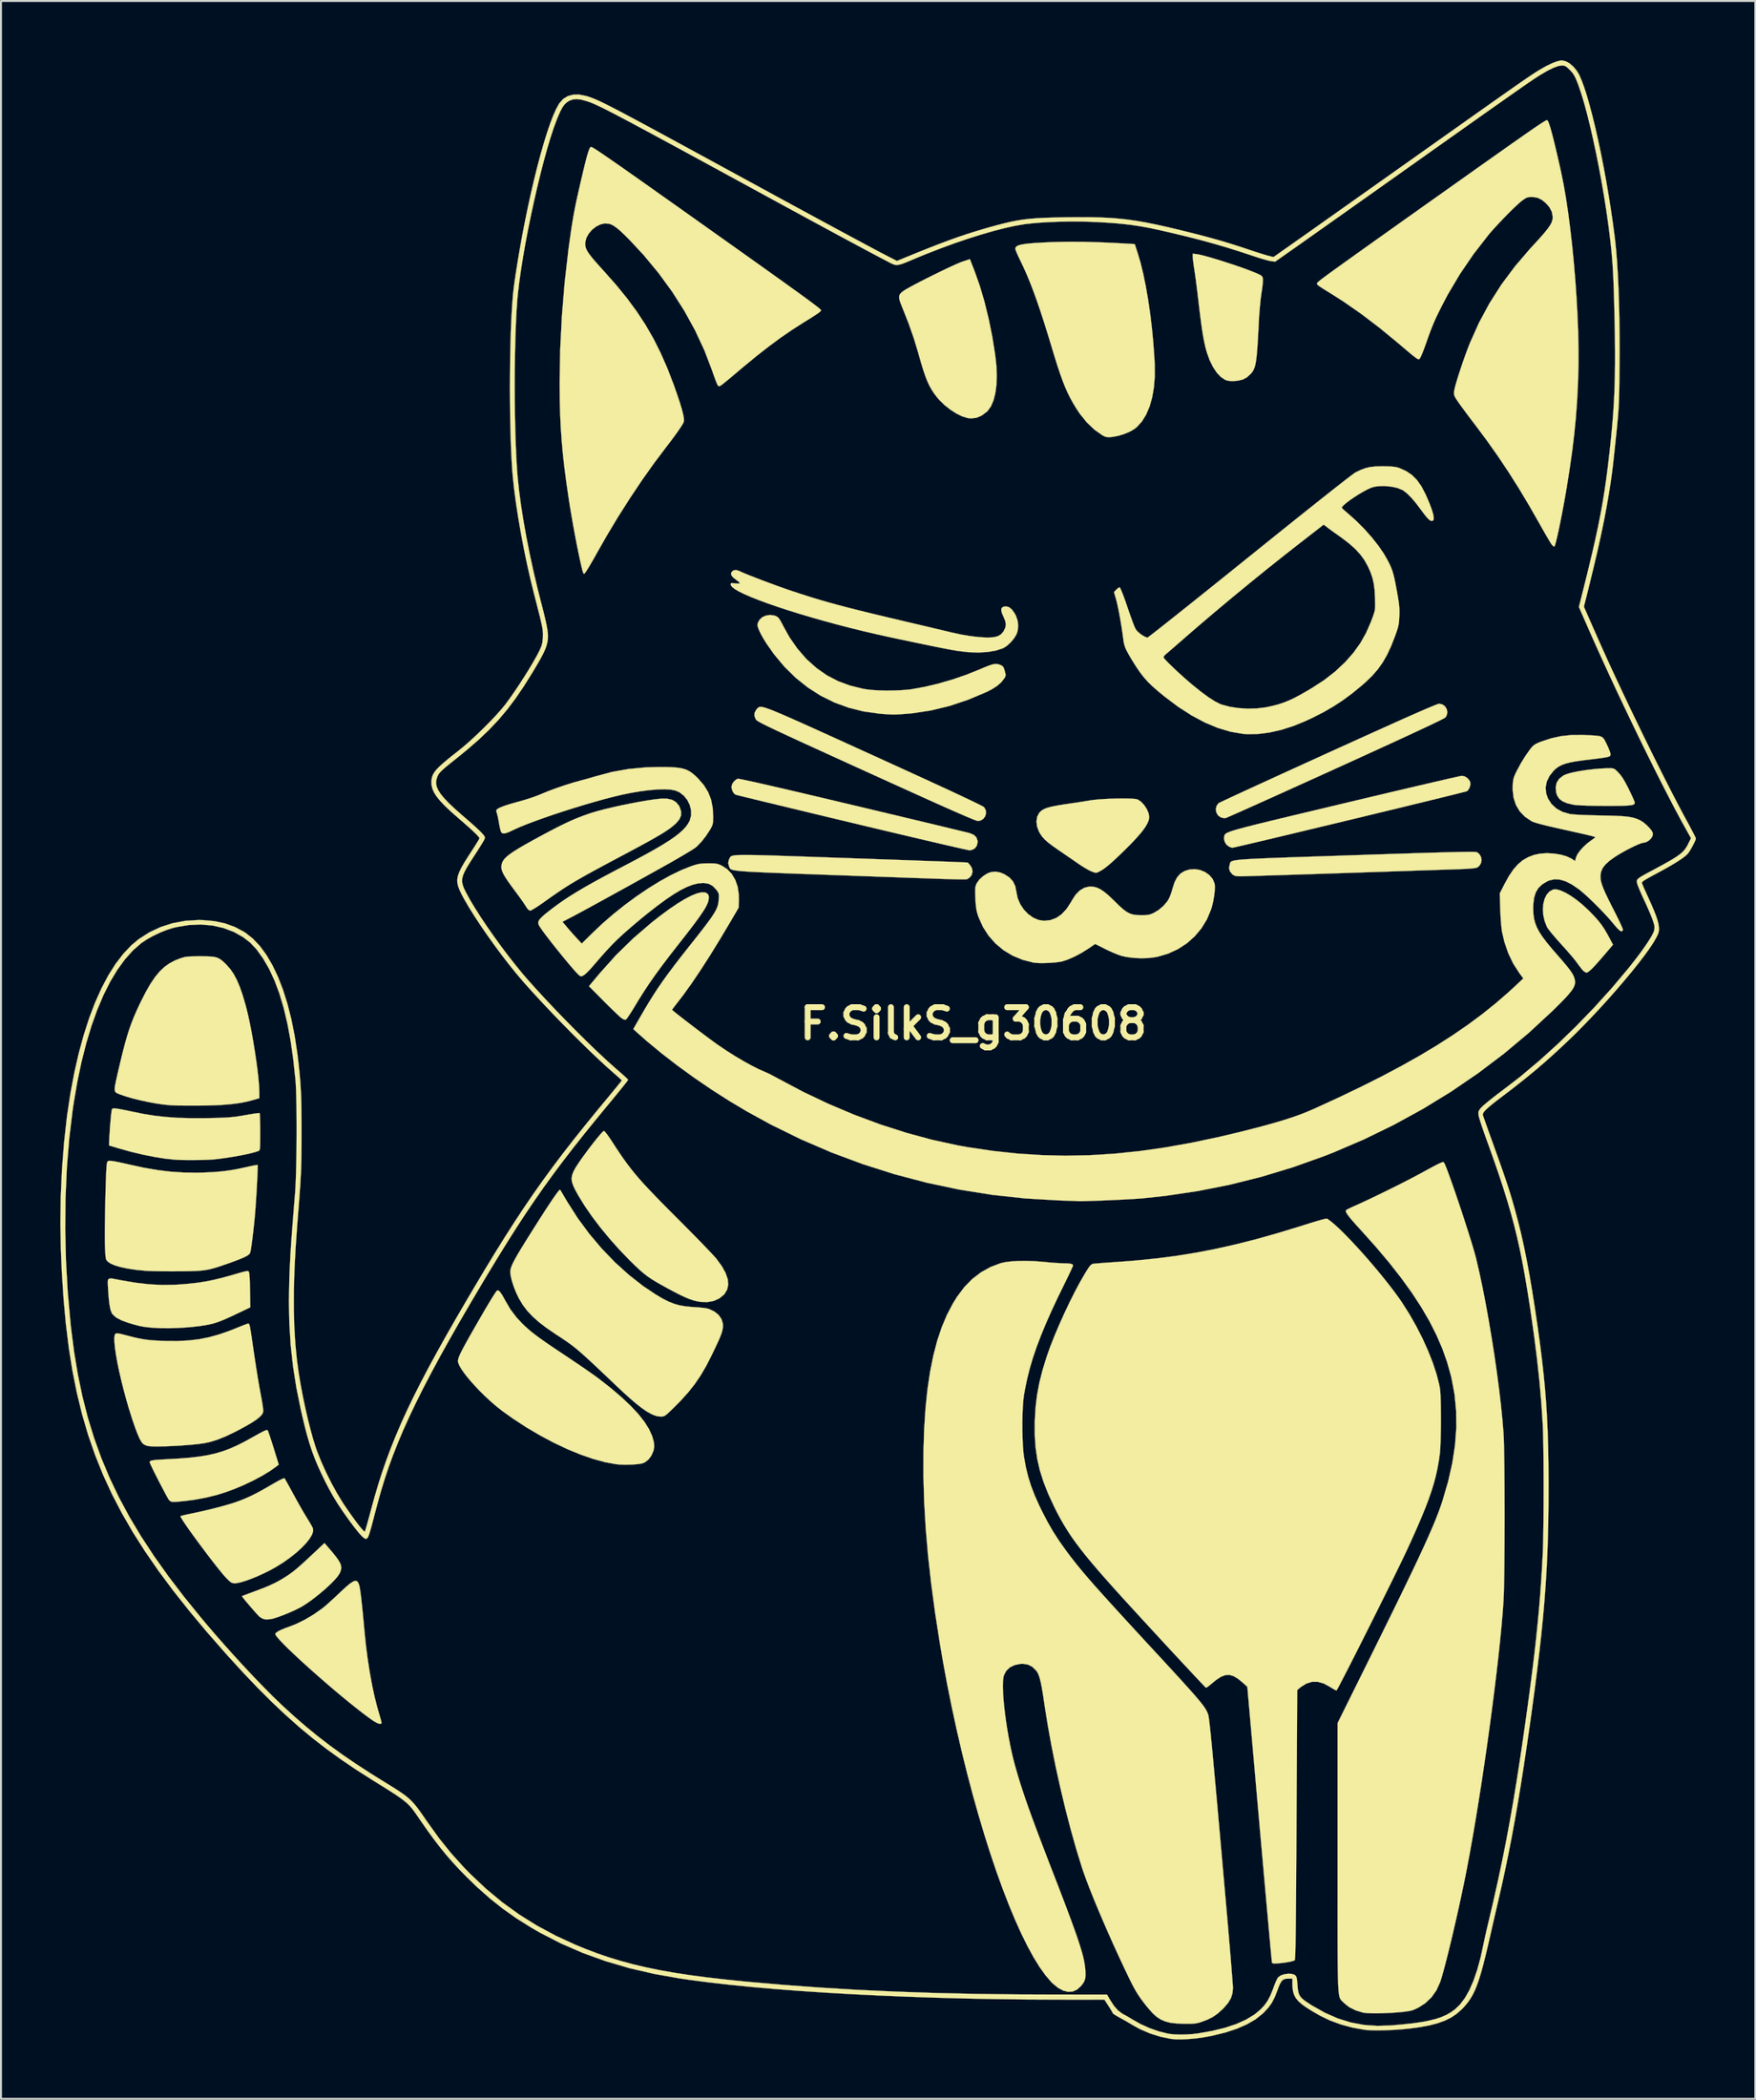
<source format=kicad_pcb>
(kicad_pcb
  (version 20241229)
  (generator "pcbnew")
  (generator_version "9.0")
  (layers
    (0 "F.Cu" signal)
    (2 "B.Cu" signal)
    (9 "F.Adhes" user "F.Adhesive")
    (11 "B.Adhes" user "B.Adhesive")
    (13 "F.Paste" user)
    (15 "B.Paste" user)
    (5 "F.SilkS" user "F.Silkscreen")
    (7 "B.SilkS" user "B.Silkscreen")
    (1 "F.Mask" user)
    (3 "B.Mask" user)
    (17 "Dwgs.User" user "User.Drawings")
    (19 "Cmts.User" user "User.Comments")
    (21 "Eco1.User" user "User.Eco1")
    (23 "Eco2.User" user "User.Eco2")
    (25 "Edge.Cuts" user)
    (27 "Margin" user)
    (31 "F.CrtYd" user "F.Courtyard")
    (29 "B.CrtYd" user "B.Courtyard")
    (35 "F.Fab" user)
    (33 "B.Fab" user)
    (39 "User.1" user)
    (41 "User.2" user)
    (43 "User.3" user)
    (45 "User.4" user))
  (footprint "F.SilkS_g30608"
    (layer "F.Cu")
    (at 46.175 48.688)
    (property "Reference" "F.SilkS_g30608" (at 0 0 0) (layer "F.SilkS") (effects (font (size 1.524 1.524) (thickness 0.3))))
    (attr through_hole)
    (fp_poly (pts (xy 32.281 -12.909) (xy 32.372 -12.893) (xy 32.449 -12.85) (xy 32.541 -12.767) (xy 32.621 -12.685) (xy 32.731 -12.558) (xy 32.84 -12.404) (xy 32.957 -12.206) (xy 33.091 -11.949) (xy 33.142 -11.848) (xy 33.244 -11.637) (xy 33.332 -11.449) (xy 33.398 -11.298) (xy 33.436 -11.2) (xy 33.443 -11.172) (xy 33.435 -11.128) (xy 33.406 -11.092) (xy 33.347 -11.064) (xy 33.251 -11.043) (xy 33.11 -11.028) (xy 32.917 -11.018) (xy 32.662 -11.013) (xy 32.339 -11.01) (xy 31.939 -11.01) (xy 31.928 -11.01) (xy 31.447 -11.014) (xy 31.045 -11.022) (xy 30.724 -11.034) (xy 30.484 -11.05) (xy 30.332 -11.069) (xy 30.025 -11.142) (xy 29.792 -11.241) (xy 29.626 -11.369) (xy 29.517 -11.535) (xy 29.469 -11.684) (xy 29.445 -11.954) (xy 29.497 -12.188) (xy 29.625 -12.383) (xy 29.826 -12.538) (xy 29.917 -12.584) (xy 30.099 -12.647) (xy 30.348 -12.709) (xy 30.647 -12.767) (xy 30.979 -12.819) (xy 31.325 -12.861) (xy 31.67 -12.892) (xy 31.995 -12.909) (xy 32.15 -12.912) (xy 32.281 -12.909)) (stroke (width 0.01) (type solid)) (fill yes) (layer "F.SilkS"))
    (fp_poly (pts (xy -13.568 -6.634) (xy -13.456 -6.578) (xy -13.402 -6.509) (xy -13.382 -6.419) (xy -13.388 -6.299) (xy -13.406 -6.199) (xy -13.444 -6.084) (xy -13.507 -5.949) (xy -13.598 -5.789) (xy -13.721 -5.598) (xy -13.879 -5.371) (xy -14.076 -5.101) (xy -14.317 -4.783) (xy -14.604 -4.412) (xy -14.942 -3.981) (xy -14.944 -3.979) (xy -15.369 -3.434) (xy -15.744 -2.94) (xy -16.077 -2.486) (xy -16.377 -2.058) (xy -16.65 -1.648) (xy -16.906 -1.243) (xy -17.052 -1.002) (xy -17.19 -0.773) (xy -17.319 -0.568) (xy -17.429 -0.399) (xy -17.514 -0.278) (xy -17.565 -0.215) (xy -17.572 -0.21) (xy -17.643 -0.202) (xy -17.744 -0.249) (xy -17.807 -0.293) (xy -17.883 -0.357) (xy -18.007 -0.472) (xy -18.17 -0.626) (xy -18.36 -0.811) (xy -18.568 -1.017) (xy -18.706 -1.155) (xy -19.442 -1.896) (xy -18.898 -2.546) (xy -18.085 -3.454) (xy -17.207 -4.312) (xy -16.26 -5.125) (xy -15.835 -5.457) (xy -15.378 -5.794) (xy -14.96 -6.077) (xy -14.586 -6.304) (xy -14.257 -6.474) (xy -13.976 -6.587) (xy -13.746 -6.641) (xy -13.568 -6.634)) (stroke (width 0.01) (type solid)) (fill yes) (layer "F.SilkS"))
    (fp_poly (pts (xy 29.696 -6.731) (xy 29.938 -6.621) (xy 30.206 -6.464) (xy 30.491 -6.264) (xy 30.785 -6.027) (xy 31.077 -5.759) (xy 31.119 -5.717) (xy 31.376 -5.454) (xy 31.583 -5.224) (xy 31.755 -5.005) (xy 31.909 -4.778) (xy 32.059 -4.521) (xy 32.129 -4.393) (xy 32.342 -3.994) (xy 31.931 -3.51) (xy 31.677 -3.216) (xy 31.47 -2.984) (xy 31.305 -2.809) (xy 31.177 -2.688) (xy 31.082 -2.614) (xy 31.015 -2.584) (xy 31.001 -2.582) (xy 30.92 -2.613) (xy 30.824 -2.691) (xy 30.791 -2.727) (xy 30.703 -2.838) (xy 30.591 -2.985) (xy 30.494 -3.119) (xy 30.411 -3.227) (xy 30.282 -3.383) (xy 30.119 -3.573) (xy 29.935 -3.783) (xy 29.74 -3.999) (xy 29.707 -4.036) (xy 29.518 -4.246) (xy 29.345 -4.446) (xy 29.196 -4.625) (xy 29.083 -4.769) (xy 29.014 -4.868) (xy 29.006 -4.884) (xy 28.889 -5.175) (xy 28.82 -5.475) (xy 28.798 -5.772) (xy 28.819 -6.053) (xy 28.883 -6.306) (xy 28.986 -6.519) (xy 29.127 -6.68) (xy 29.304 -6.777) (xy 29.331 -6.785) (xy 29.491 -6.788) (xy 29.696 -6.731)) (stroke (width 0.01) (type solid)) (fill yes) (layer "F.SilkS"))
    (fp_poly (pts (xy 0.055 -38.043) (xy 0.317 -37.305) (xy 0.556 -36.497) (xy 0.769 -35.632) (xy 0.953 -34.721) (xy 1.1 -33.803) (xy 1.16 -33.255) (xy 1.18 -32.744) (xy 1.162 -32.276) (xy 1.106 -31.859) (xy 1.013 -31.498) (xy 0.885 -31.201) (xy 0.721 -30.973) (xy 0.673 -30.926) (xy 0.411 -30.732) (xy 0.145 -30.621) (xy -0.132 -30.592) (xy -0.296 -30.611) (xy -0.567 -30.694) (xy -0.862 -30.839) (xy -1.165 -31.033) (xy -1.457 -31.263) (xy -1.72 -31.518) (xy -1.867 -31.691) (xy -2.002 -31.872) (xy -2.12 -32.054) (xy -2.228 -32.249) (xy -2.329 -32.467) (xy -2.429 -32.721) (xy -2.531 -33.02) (xy -2.641 -33.377) (xy -2.763 -33.802) (xy -2.798 -33.928) (xy -3.012 -34.634) (xy -3.272 -35.376) (xy -3.584 -36.167) (xy -3.618 -36.249) (xy -3.707 -36.477) (xy -3.754 -36.648) (xy -3.755 -36.777) (xy -3.71 -36.881) (xy -3.616 -36.977) (xy -3.514 -37.051) (xy -3.382 -37.132) (xy -3.187 -37.242) (xy -2.94 -37.374) (xy -2.656 -37.522) (xy -2.346 -37.68) (xy -2.023 -37.841) (xy -1.701 -37.998) (xy -1.392 -38.147) (xy -1.109 -38.279) (xy -0.865 -38.39) (xy -0.672 -38.472) (xy -0.566 -38.512) (xy -0.179 -38.641) (xy 0.055 -38.043)) (stroke (width 0.01) (type solid)) (fill yes) (layer "F.SilkS"))
    (fp_poly (pts (xy -32.589 26.512) (xy -32.363 26.779) (xy -32.192 26.996) (xy -32.072 27.175) (xy -31.999 27.325) (xy -31.969 27.457) (xy -31.976 27.581) (xy -32.017 27.708) (xy -32.052 27.783) (xy -32.152 27.933) (xy -32.311 28.119) (xy -32.518 28.329) (xy -32.76 28.553) (xy -33.026 28.781) (xy -33.303 29.003) (xy -33.58 29.208) (xy -33.844 29.385) (xy -34.016 29.488) (xy -34.217 29.591) (xy -34.456 29.702) (xy -34.714 29.813) (xy -34.972 29.915) (xy -35.211 30.001) (xy -35.41 30.063) (xy -35.531 30.091) (xy -35.682 30.105) (xy -35.817 30.103) (xy -35.867 30.095) (xy -35.985 30.046) (xy -36.09 29.979) (xy -36.148 29.923) (xy -36.242 29.823) (xy -36.362 29.69) (xy -36.495 29.537) (xy -36.632 29.378) (xy -36.76 29.226) (xy -36.87 29.093) (xy -36.949 28.992) (xy -36.987 28.937) (xy -36.988 28.93) (xy -36.947 28.913) (xy -36.839 28.871) (xy -36.679 28.811) (xy -36.479 28.737) (xy -36.321 28.678) (xy -35.929 28.529) (xy -35.6 28.393) (xy -35.315 28.259) (xy -35.055 28.12) (xy -34.801 27.966) (xy -34.777 27.95) (xy -34.625 27.85) (xy -34.482 27.748) (xy -34.337 27.637) (xy -34.18 27.507) (xy -33.999 27.348) (xy -33.782 27.151) (xy -33.519 26.906) (xy -33.437 26.83) (xy -32.817 26.248) (xy -32.589 26.512)) (stroke (width 0.01) (type solid)) (fill yes) (layer "F.SilkS"))
    (fp_poly (pts (xy -36.668 12.512) (xy -36.65 12.524) (xy -36.63 12.574) (xy -36.613 12.682) (xy -36.601 12.855) (xy -36.591 13.1) (xy -36.583 13.422) (xy -36.582 13.455) (xy -36.568 14.333) (xy -37.196 14.634) (xy -37.538 14.795) (xy -37.82 14.922) (xy -38.055 15.02) (xy -38.259 15.095) (xy -38.445 15.152) (xy -38.629 15.196) (xy -38.714 15.214) (xy -39.146 15.284) (xy -39.634 15.337) (xy -40.149 15.373) (xy -40.665 15.39) (xy -41.153 15.385) (xy -41.487 15.367) (xy -41.751 15.342) (xy -41.975 15.313) (xy -42.186 15.272) (xy -42.413 15.213) (xy -42.684 15.133) (xy -42.768 15.106) (xy -43.097 14.985) (xy -43.344 14.853) (xy -43.512 14.709) (xy -43.579 14.611) (xy -43.635 14.458) (xy -43.681 14.23) (xy -43.72 13.925) (xy -43.75 13.538) (xy -43.757 13.412) (xy -43.77 13.201) (xy -43.775 13.049) (xy -43.763 12.948) (xy -43.721 12.893) (xy -43.639 12.875) (xy -43.505 12.888) (xy -43.309 12.925) (xy -43.064 12.973) (xy -42.351 13.093) (xy -41.687 13.17) (xy -41.047 13.203) (xy -40.409 13.195) (xy -39.984 13.169) (xy -39.564 13.13) (xy -39.179 13.084) (xy -38.811 13.025) (xy -38.439 12.95) (xy -38.044 12.855) (xy -37.606 12.737) (xy -37.179 12.613) (xy -36.965 12.552) (xy -36.818 12.516) (xy -36.724 12.503) (xy -36.668 12.512)) (stroke (width 0.01) (type solid)) (fill yes) (layer "F.SilkS"))
    (fp_poly (pts (xy -35.693 20.552) (xy -35.689 20.556) (xy -35.665 20.607) (xy -35.622 20.726) (xy -35.562 20.901) (xy -35.491 21.119) (xy -35.412 21.367) (xy -35.39 21.439) (xy -35.129 22.283) (xy -35.228 22.361) (xy -35.562 22.599) (xy -35.962 22.843) (xy -36.41 23.082) (xy -36.889 23.31) (xy -37.381 23.517) (xy -37.869 23.695) (xy -38.261 23.816) (xy -38.807 23.95) (xy -39.372 24.056) (xy -39.913 24.127) (xy -39.941 24.129) (xy -40.193 24.153) (xy -40.375 24.167) (xy -40.504 24.165) (xy -40.595 24.141) (xy -40.664 24.088) (xy -40.726 23.999) (xy -40.797 23.87) (xy -40.856 23.76) (xy -40.995 23.499) (xy -41.134 23.233) (xy -41.268 22.973) (xy -41.391 22.73) (xy -41.496 22.516) (xy -41.58 22.342) (xy -41.635 22.22) (xy -41.656 22.16) (xy -41.656 22.158) (xy -41.646 22.123) (xy -41.609 22.095) (xy -41.535 22.072) (xy -41.414 22.054) (xy -41.237 22.038) (xy -40.992 22.022) (xy -40.746 22.009) (xy -40.142 21.974) (xy -39.61 21.931) (xy -39.137 21.875) (xy -38.711 21.804) (xy -38.319 21.715) (xy -37.948 21.604) (xy -37.586 21.469) (xy -37.221 21.306) (xy -36.838 21.112) (xy -36.555 20.956) (xy -36.288 20.806) (xy -36.084 20.694) (xy -35.936 20.616) (xy -35.831 20.567) (xy -35.762 20.543) (xy -35.719 20.54) (xy -35.693 20.552)) (stroke (width 0.01) (type solid)) (fill yes) (layer "F.SilkS"))
    (fp_poly (pts (xy -31.188 28.165) (xy -31.122 28.227) (xy -31.072 28.342) (xy -31.043 28.453) (xy -31.015 28.609) (xy -30.982 28.846) (xy -30.945 29.164) (xy -30.902 29.564) (xy -30.855 30.046) (xy -30.803 30.613) (xy -30.796 30.692) (xy -30.724 31.395) (xy -30.634 32.093) (xy -30.529 32.772) (xy -30.412 33.415) (xy -30.285 34.01) (xy -30.15 34.54) (xy -30.097 34.726) (xy -30.036 34.933) (xy -29.984 35.114) (xy -29.948 35.251) (xy -29.93 35.328) (xy -29.93 35.336) (xy -29.961 35.384) (xy -30.046 35.382) (xy -30.176 35.332) (xy -30.34 35.237) (xy -30.374 35.214) (xy -30.628 35.033) (xy -30.916 34.817) (xy -31.231 34.571) (xy -31.569 34.3) (xy -31.923 34.009) (xy -32.287 33.705) (xy -32.655 33.391) (xy -33.021 33.074) (xy -33.38 32.758) (xy -33.726 32.448) (xy -34.053 32.151) (xy -34.354 31.87) (xy -34.625 31.612) (xy -34.858 31.381) (xy -35.049 31.183) (xy -35.191 31.023) (xy -35.279 30.906) (xy -35.306 30.841) (xy -35.268 30.784) (xy -35.163 30.711) (xy -35.006 30.631) (xy -34.811 30.55) (xy -34.671 30.501) (xy -34.246 30.336) (xy -33.799 30.115) (xy -33.358 29.853) (xy -32.946 29.563) (xy -32.787 29.436) (xy -32.669 29.333) (xy -32.507 29.187) (xy -32.317 29.013) (xy -32.117 28.826) (xy -31.993 28.709) (xy -31.747 28.481) (xy -31.55 28.314) (xy -31.395 28.207) (xy -31.277 28.158) (xy -31.188 28.165)) (stroke (width 0.01) (type solid)) (fill yes) (layer "F.SilkS"))
    (fp_poly (pts (xy 7.792 -11.38) (xy 8.02 -11.372) (xy 8.194 -11.357) (xy 8.298 -11.336) (xy 8.301 -11.334) (xy 8.467 -11.228) (xy 8.625 -11.062) (xy 8.759 -10.861) (xy 8.853 -10.651) (xy 8.889 -10.455) (xy 8.889 -10.447) (xy 8.867 -10.297) (xy 8.799 -10.125) (xy 8.683 -9.928) (xy 8.515 -9.7) (xy 8.29 -9.437) (xy 8.005 -9.132) (xy 7.657 -8.782) (xy 7.614 -8.74) (xy 7.31 -8.447) (xy 7.055 -8.21) (xy 6.842 -8.023) (xy 6.662 -7.879) (xy 6.508 -7.772) (xy 6.386 -7.702) (xy 6.286 -7.652) (xy 6.215 -7.63) (xy 6.143 -7.636) (xy 6.039 -7.671) (xy 5.948 -7.707) (xy 5.827 -7.765) (xy 5.661 -7.859) (xy 5.473 -7.975) (xy 5.313 -8.082) (xy 5.125 -8.212) (xy 4.892 -8.372) (xy 4.638 -8.547) (xy 4.387 -8.718) (xy 4.281 -8.791) (xy 3.999 -8.989) (xy 3.778 -9.158) (xy 3.609 -9.308) (xy 3.479 -9.451) (xy 3.377 -9.598) (xy 3.311 -9.717) (xy 3.216 -9.974) (xy 3.188 -10.225) (xy 3.224 -10.456) (xy 3.323 -10.651) (xy 3.417 -10.749) (xy 3.513 -10.816) (xy 3.632 -10.875) (xy 3.786 -10.928) (xy 3.984 -10.977) (xy 4.239 -11.027) (xy 4.561 -11.08) (xy 4.763 -11.11) (xy 5.038 -11.15) (xy 5.32 -11.193) (xy 5.582 -11.234) (xy 5.8 -11.269) (xy 5.884 -11.284) (xy 6.089 -11.312) (xy 6.34 -11.336) (xy 6.624 -11.355) (xy 6.925 -11.37) (xy 7.23 -11.379) (xy 7.524 -11.383) (xy 7.792 -11.38)) (stroke (width 0.01) (type solid)) (fill yes) (layer "F.SilkS"))
    (fp_poly (pts (xy 5.611 -39.514) (xy 6.562 -39.486) (xy 7.593 -39.435) (xy 7.713 -39.427) (xy 8.158 -39.4) (xy 8.311 -38.93) (xy 8.455 -38.441) (xy 8.591 -37.879) (xy 8.718 -37.257) (xy 8.834 -36.588) (xy 8.937 -35.883) (xy 9.025 -35.155) (xy 9.096 -34.416) (xy 9.149 -33.678) (xy 9.168 -33.316) (xy 9.171 -32.721) (xy 9.127 -32.164) (xy 9.038 -31.651) (xy 8.906 -31.189) (xy 8.732 -30.782) (xy 8.519 -30.437) (xy 8.269 -30.161) (xy 8.138 -30.056) (xy 7.907 -29.922) (xy 7.623 -29.803) (xy 7.318 -29.71) (xy 7.022 -29.655) (xy 6.964 -29.65) (xy 6.805 -29.643) (xy 6.688 -29.66) (xy 6.575 -29.709) (xy 6.525 -29.737) (xy 6.117 -30.024) (xy 5.733 -30.39) (xy 5.378 -30.83) (xy 5.188 -31.117) (xy 5.032 -31.377) (xy 4.89 -31.634) (xy 4.759 -31.899) (xy 4.634 -32.182) (xy 4.51 -32.495) (xy 4.383 -32.85) (xy 4.247 -33.257) (xy 4.1 -33.728) (xy 3.997 -34.066) (xy 3.777 -34.793) (xy 3.572 -35.446) (xy 3.381 -36.032) (xy 3.201 -36.559) (xy 3.028 -37.036) (xy 2.861 -37.469) (xy 2.696 -37.867) (xy 2.53 -38.238) (xy 2.391 -38.528) (xy 2.293 -38.731) (xy 2.211 -38.912) (xy 2.151 -39.056) (xy 2.12 -39.146) (xy 2.117 -39.163) (xy 2.131 -39.228) (xy 2.179 -39.284) (xy 2.267 -39.332) (xy 2.401 -39.372) (xy 2.588 -39.405) (xy 2.834 -39.434) (xy 3.147 -39.459) (xy 3.531 -39.481) (xy 3.947 -39.5) (xy 4.739 -39.519) (xy 5.611 -39.514)) (stroke (width 0.01) (type solid)) (fill yes) (layer "F.SilkS"))
    (fp_poly (pts (xy 23.721 -16.135) (xy 23.85 -16.037) (xy 23.934 -15.9) (xy 23.965 -15.741) (xy 23.933 -15.582) (xy 23.865 -15.477) (xy 23.811 -15.442) (xy 23.68 -15.373) (xy 23.473 -15.27) (xy 23.189 -15.134) (xy 22.828 -14.963) (xy 22.39 -14.759) (xy 21.875 -14.52) (xy 21.284 -14.247) (xy 20.615 -13.941) (xy 19.869 -13.6) (xy 19.046 -13.224) (xy 18.309 -12.89) (xy 17.665 -12.597) (xy 17.041 -12.314) (xy 16.441 -12.043) (xy 15.871 -11.785) (xy 15.334 -11.543) (xy 14.835 -11.318) (xy 14.378 -11.113) (xy 13.969 -10.929) (xy 13.61 -10.769) (xy 13.307 -10.634) (xy 13.064 -10.527) (xy 12.886 -10.449) (xy 12.777 -10.403) (xy 12.742 -10.39) (xy 12.631 -10.395) (xy 12.504 -10.431) (xy 12.497 -10.434) (xy 12.364 -10.535) (xy 12.283 -10.681) (xy 12.26 -10.847) (xy 12.296 -11.01) (xy 12.395 -11.144) (xy 12.441 -11.169) (xy 12.56 -11.226) (xy 12.748 -11.314) (xy 12.999 -11.432) (xy 13.31 -11.576) (xy 13.676 -11.745) (xy 14.092 -11.936) (xy 14.555 -12.149) (xy 15.06 -12.38) (xy 15.602 -12.628) (xy 16.177 -12.89) (xy 16.78 -13.165) (xy 17.408 -13.451) (xy 17.932 -13.689) (xy 18.743 -14.057) (xy 19.48 -14.391) (xy 20.145 -14.692) (xy 20.742 -14.96) (xy 21.272 -15.199) (xy 21.74 -15.408) (xy 22.147 -15.589) (xy 22.497 -15.743) (xy 22.792 -15.871) (xy 23.035 -15.975) (xy 23.228 -16.055) (xy 23.375 -16.114) (xy 23.478 -16.151) (xy 23.54 -16.169) (xy 23.555 -16.171) (xy 23.721 -16.135)) (stroke (width 0.01) (type solid)) (fill yes) (layer "F.SilkS"))
    (fp_poly (pts (xy -11.856 -12.373) (xy -11.715 -12.348) (xy -11.493 -12.302) (xy -11.19 -12.236) (xy -10.806 -12.15) (xy -10.341 -12.044) (xy -9.797 -11.919) (xy -9.174 -11.774) (xy -8.471 -11.609) (xy -7.689 -11.425) (xy -6.829 -11.221) (xy -6.105 -11.049) (xy -5.422 -10.887) (xy -4.76 -10.729) (xy -4.122 -10.577) (xy -3.515 -10.432) (xy -2.943 -10.295) (xy -2.41 -10.168) (xy -1.922 -10.051) (xy -1.485 -9.946) (xy -1.101 -9.853) (xy -0.778 -9.775) (xy -0.519 -9.713) (xy -0.329 -9.666) (xy -0.214 -9.638) (xy -0.183 -9.629) (xy 0.02 -9.543) (xy 0.149 -9.418) (xy 0.207 -9.25) (xy 0.212 -9.177) (xy 0.174 -9.002) (xy 0.073 -8.864) (xy -0.076 -8.782) (xy -0.198 -8.766) (xy -0.258 -8.776) (xy -0.395 -8.805) (xy -0.605 -8.851) (xy -0.883 -8.914) (xy -1.224 -8.992) (xy -1.623 -9.084) (xy -2.075 -9.189) (xy -2.576 -9.307) (xy -3.121 -9.435) (xy -3.705 -9.573) (xy -4.323 -9.719) (xy -4.971 -9.873) (xy -5.643 -10.033) (xy -6.16 -10.157) (xy -6.845 -10.321) (xy -7.509 -10.48) (xy -8.145 -10.633) (xy -8.751 -10.779) (xy -9.32 -10.916) (xy -9.848 -11.043) (xy -10.331 -11.16) (xy -10.763 -11.264) (xy -11.14 -11.356) (xy -11.458 -11.433) (xy -11.711 -11.495) (xy -11.894 -11.541) (xy -12.004 -11.569) (xy -12.035 -11.577) (xy -12.122 -11.653) (xy -12.193 -11.781) (xy -12.232 -11.929) (xy -12.234 -11.975) (xy -12.199 -12.112) (xy -12.108 -12.247) (xy -11.988 -12.348) (xy -11.915 -12.379) (xy -11.856 -12.373)) (stroke (width 0.01) (type solid)) (fill yes) (layer "F.SilkS"))
    (fp_poly (pts (xy 11.307 -38.891) (xy 11.457 -38.863) (xy 11.674 -38.81) (xy 11.943 -38.736) (xy 12.25 -38.645) (xy 12.584 -38.542) (xy 12.929 -38.43) (xy 13.273 -38.315) (xy 13.603 -38.201) (xy 13.904 -38.091) (xy 14.163 -37.991) (xy 14.368 -37.905) (xy 14.415 -37.883) (xy 14.538 -37.82) (xy 14.602 -37.764) (xy 14.63 -37.691) (xy 14.639 -37.613) (xy 14.636 -37.505) (xy 14.622 -37.337) (xy 14.597 -37.132) (xy 14.564 -36.915) (xy 14.534 -36.698) (xy 14.503 -36.422) (xy 14.475 -36.111) (xy 14.45 -35.791) (xy 14.434 -35.518) (xy 14.408 -35.006) (xy 14.384 -34.571) (xy 14.361 -34.206) (xy 14.337 -33.903) (xy 14.312 -33.654) (xy 14.283 -33.453) (xy 14.251 -33.291) (xy 14.214 -33.16) (xy 14.17 -33.055) (xy 14.119 -32.966) (xy 14.06 -32.887) (xy 14.023 -32.845) (xy 13.832 -32.67) (xy 13.623 -32.557) (xy 13.372 -32.497) (xy 13.208 -32.482) (xy 13.011 -32.479) (xy 12.866 -32.496) (xy 12.743 -32.536) (xy 12.721 -32.546) (xy 12.508 -32.689) (xy 12.304 -32.907) (xy 12.115 -33.192) (xy 11.946 -33.534) (xy 11.805 -33.924) (xy 11.788 -33.981) (xy 11.73 -34.197) (xy 11.676 -34.436) (xy 11.623 -34.71) (xy 11.571 -35.027) (xy 11.518 -35.397) (xy 11.462 -35.831) (xy 11.401 -36.337) (xy 11.388 -36.455) (xy 11.349 -36.788) (xy 11.307 -37.124) (xy 11.266 -37.444) (xy 11.228 -37.729) (xy 11.195 -37.962) (xy 11.176 -38.085) (xy 11.143 -38.299) (xy 11.116 -38.499) (xy 11.098 -38.66) (xy 11.092 -38.751) (xy 11.091 -38.916) (xy 11.307 -38.891)) (stroke (width 0.01) (type solid)) (fill yes) (layer "F.SilkS"))
    (fp_poly (pts (xy -43.322 4.292) (xy -43.194 4.312) (xy -43.008 4.346) (xy -42.786 4.39) (xy -42.554 4.44) (xy -42.525 4.446) (xy -41.957 4.562) (xy -41.395 4.651) (xy -40.821 4.715) (xy -40.22 4.756) (xy -39.574 4.775) (xy -38.866 4.774) (xy -38.677 4.771) (xy -38.313 4.763) (xy -38.018 4.753) (xy -37.773 4.742) (xy -37.563 4.727) (xy -37.37 4.707) (xy -37.178 4.681) (xy -36.969 4.647) (xy -36.83 4.622) (xy -36.596 4.582) (xy -36.392 4.549) (xy -36.232 4.527) (xy -36.129 4.516) (xy -36.1 4.516) (xy -36.09 4.562) (xy -36.082 4.68) (xy -36.076 4.858) (xy -36.071 5.084) (xy -36.068 5.344) (xy -36.068 5.464) (xy -36.068 5.768) (xy -36.07 5.997) (xy -36.073 6.163) (xy -36.08 6.278) (xy -36.091 6.351) (xy -36.107 6.394) (xy -36.13 6.418) (xy -36.161 6.434) (xy -36.163 6.435) (xy -36.315 6.486) (xy -36.535 6.544) (xy -36.809 6.606) (xy -37.12 6.668) (xy -37.454 6.727) (xy -37.795 6.781) (xy -38.127 6.826) (xy -38.39 6.856) (xy -38.596 6.871) (xy -38.864 6.882) (xy -39.171 6.889) (xy -39.495 6.892) (xy -39.813 6.891) (xy -40.103 6.885) (xy -40.342 6.874) (xy -40.386 6.871) (xy -40.885 6.818) (xy -41.44 6.729) (xy -42.032 6.609) (xy -42.642 6.462) (xy -43.251 6.292) (xy -43.307 6.275) (xy -43.709 6.153) (xy -43.698 5.839) (xy -43.689 5.648) (xy -43.675 5.422) (xy -43.657 5.179) (xy -43.637 4.937) (xy -43.617 4.716) (xy -43.598 4.532) (xy -43.581 4.405) (xy -43.574 4.366) (xy -43.553 4.309) (xy -43.513 4.282) (xy -43.431 4.281) (xy -43.322 4.292)) (stroke (width 0.01) (type solid)) (fill yes) (layer "F.SilkS"))
    (fp_poly (pts (xy -34.811 23.018) (xy -34.748 23.128) (xy -34.657 23.289) (xy -34.547 23.489) (xy -34.423 23.717) (xy -34.394 23.77) (xy -34.248 24.038) (xy -34.094 24.313) (xy -33.944 24.575) (xy -33.811 24.802) (xy -33.714 24.961) (xy -33.604 25.14) (xy -33.507 25.304) (xy -33.436 25.434) (xy -33.401 25.505) (xy -33.39 25.648) (xy -33.448 25.824) (xy -33.568 26.027) (xy -33.745 26.25) (xy -33.971 26.487) (xy -34.242 26.732) (xy -34.55 26.978) (xy -34.889 27.219) (xy -35.254 27.447) (xy -35.26 27.451) (xy -35.557 27.616) (xy -35.874 27.774) (xy -36.195 27.92) (xy -36.507 28.048) (xy -36.796 28.154) (xy -37.048 28.23) (xy -37.249 28.272) (xy -37.333 28.279) (xy -37.43 28.274) (xy -37.508 28.253) (xy -37.586 28.203) (xy -37.686 28.112) (xy -37.782 28.014) (xy -37.891 27.894) (xy -38.033 27.726) (xy -38.202 27.518) (xy -38.39 27.279) (xy -38.594 27.017) (xy -38.805 26.739) (xy -39.019 26.454) (xy -39.23 26.17) (xy -39.43 25.896) (xy -39.616 25.638) (xy -39.78 25.406) (xy -39.916 25.206) (xy -40.018 25.049) (xy -40.082 24.94) (xy -40.099 24.89) (xy -40.098 24.888) (xy -40.048 24.871) (xy -39.931 24.841) (xy -39.762 24.802) (xy -39.559 24.759) (xy -39.497 24.746) (xy -39.103 24.661) (xy -38.696 24.567) (xy -38.295 24.467) (xy -37.919 24.367) (xy -37.586 24.271) (xy -37.314 24.184) (xy -37.277 24.171) (xy -36.946 24.046) (xy -36.624 23.908) (xy -36.293 23.746) (xy -35.932 23.551) (xy -35.534 23.322) (xy -35.311 23.193) (xy -35.12 23.088) (xy -34.97 23.013) (xy -34.874 22.974) (xy -34.842 22.971) (xy -34.811 23.018)) (stroke (width 0.01) (type solid)) (fill yes) (layer "F.SilkS"))
    (fp_poly (pts (xy 25.334 -8.683) (xy 25.413 -8.679) (xy 25.453 -8.673) (xy 25.455 -8.672) (xy 25.577 -8.581) (xy 25.664 -8.438) (xy 25.696 -8.276) (xy 25.664 -8.113) (xy 25.578 -7.972) (xy 25.457 -7.884) (xy 25.455 -7.883) (xy 25.374 -7.867) (xy 25.225 -7.85) (xy 25.026 -7.834) (xy 24.792 -7.82) (xy 24.617 -7.813) (xy 23.619 -7.779) (xy 22.647 -7.747) (xy 21.705 -7.715) (xy 20.796 -7.684) (xy 19.924 -7.655) (xy 19.093 -7.627) (xy 18.305 -7.601) (xy 17.564 -7.577) (xy 16.873 -7.554) (xy 16.237 -7.534) (xy 15.657 -7.515) (xy 15.139 -7.499) (xy 14.684 -7.484) (xy 14.298 -7.472) (xy 13.982 -7.463) (xy 13.741 -7.456) (xy 13.577 -7.452) (xy 13.497 -7.451) (xy 13.332 -7.456) (xy 13.222 -7.476) (xy 13.136 -7.52) (xy 13.089 -7.556) (xy 12.967 -7.703) (xy 12.927 -7.87) (xy 12.954 -8.023) (xy 12.965 -8.062) (xy 12.973 -8.097) (xy 12.982 -8.129) (xy 12.996 -8.157) (xy 13.02 -8.183) (xy 13.057 -8.206) (xy 13.111 -8.227) (xy 13.187 -8.246) (xy 13.288 -8.264) (xy 13.419 -8.281) (xy 13.584 -8.296) (xy 13.786 -8.311) (xy 14.03 -8.326) (xy 14.319 -8.341) (xy 14.659 -8.356) (xy 15.052 -8.372) (xy 15.503 -8.389) (xy 16.016 -8.408) (xy 16.595 -8.427) (xy 17.245 -8.449) (xy 17.968 -8.473) (xy 18.769 -8.5) (xy 19.283 -8.517) (xy 20.165 -8.547) (xy 20.965 -8.573) (xy 21.687 -8.596) (xy 22.335 -8.617) (xy 22.911 -8.635) (xy 23.418 -8.649) (xy 23.861 -8.662) (xy 24.242 -8.671) (xy 24.564 -8.678) (xy 24.831 -8.683) (xy 25.046 -8.685) (xy 25.213 -8.685) (xy 25.334 -8.683)) (stroke (width 0.01) (type solid)) (fill yes) (layer "F.SilkS"))
    (fp_poly (pts (xy -18.64 5.453) (xy -18.562 5.546) (xy -18.459 5.686) (xy -18.34 5.859) (xy -18.289 5.937) (xy -18.078 6.263) (xy -17.881 6.558) (xy -17.694 6.829) (xy -17.509 7.085) (xy -17.319 7.333) (xy -17.12 7.58) (xy -16.904 7.834) (xy -16.665 8.101) (xy -16.396 8.39) (xy -16.092 8.708) (xy -15.746 9.063) (xy -15.351 9.461) (xy -14.906 9.907) (xy -14.587 10.226) (xy -14.278 10.539) (xy -13.985 10.837) (xy -13.716 11.113) (xy -13.477 11.362) (xy -13.275 11.574) (xy -13.118 11.744) (xy -13.01 11.865) (xy -12.984 11.897) (xy -12.719 12.261) (xy -12.534 12.597) (xy -12.427 12.904) (xy -12.4 13.181) (xy -12.452 13.431) (xy -12.583 13.653) (xy -12.619 13.694) (xy -12.85 13.883) (xy -13.129 14.009) (xy -13.447 14.069) (xy -13.793 14.059) (xy -13.827 14.055) (xy -14 14.023) (xy -14.177 13.977) (xy -14.367 13.912) (xy -14.581 13.823) (xy -14.829 13.707) (xy -15.122 13.558) (xy -15.469 13.372) (xy -15.743 13.221) (xy -16.023 13.062) (xy -16.26 12.918) (xy -16.47 12.776) (xy -16.67 12.622) (xy -16.876 12.445) (xy -17.104 12.233) (xy -17.371 11.971) (xy -17.402 11.94) (xy -17.914 11.408) (xy -18.404 10.857) (xy -18.865 10.299) (xy -19.286 9.744) (xy -19.659 9.204) (xy -19.975 8.691) (xy -20.143 8.384) (xy -20.238 8.182) (xy -20.298 8.004) (xy -20.319 7.838) (xy -20.298 7.67) (xy -20.233 7.488) (xy -20.121 7.277) (xy -19.958 7.026) (xy -19.793 6.789) (xy -19.585 6.505) (xy -19.385 6.237) (xy -19.196 5.993) (xy -19.027 5.782) (xy -18.884 5.612) (xy -18.774 5.491) (xy -18.702 5.427) (xy -18.683 5.419) (xy -18.64 5.453)) (stroke (width 0.01) (type solid)) (fill yes) (layer "F.SilkS"))
    (fp_poly (pts (xy -10.718 -16.012) (xy -10.642 -15.998) (xy -10.545 -15.973) (xy -10.422 -15.933) (xy -10.271 -15.878) (xy -10.087 -15.805) (xy -9.867 -15.714) (xy -9.607 -15.603) (xy -9.302 -15.471) (xy -8.951 -15.315) (xy -8.547 -15.135) (xy -8.089 -14.928) (xy -7.571 -14.694) (xy -6.991 -14.431) (xy -6.344 -14.137) (xy -5.627 -13.81) (xy -5.016 -13.533) (xy -4.146 -13.136) (xy -3.351 -12.773) (xy -2.633 -12.445) (xy -1.99 -12.149) (xy -1.421 -11.887) (xy -0.926 -11.657) (xy -0.505 -11.459) (xy -0.155 -11.294) (xy 0.123 -11.16) (xy 0.33 -11.058) (xy 0.466 -10.986) (xy 0.534 -10.946) (xy 0.54 -10.94) (xy 0.623 -10.791) (xy 0.637 -10.629) (xy 0.591 -10.475) (xy 0.493 -10.347) (xy 0.352 -10.266) (xy 0.226 -10.246) (xy 0.182 -10.256) (xy 0.099 -10.284) (xy -0.027 -10.332) (xy -0.197 -10.402) (xy -0.414 -10.494) (xy -0.683 -10.61) (xy -1.004 -10.75) (xy -1.381 -10.917) (xy -1.817 -11.112) (xy -2.315 -11.335) (xy -2.876 -11.588) (xy -3.505 -11.872) (xy -4.204 -12.189) (xy -4.975 -12.539) (xy -5.419 -12.74) (xy -6.184 -13.088) (xy -6.875 -13.403) (xy -7.497 -13.687) (xy -8.053 -13.94) (xy -8.547 -14.166) (xy -8.982 -14.366) (xy -9.363 -14.542) (xy -9.692 -14.695) (xy -9.974 -14.827) (xy -10.213 -14.94) (xy -10.411 -15.035) (xy -10.573 -15.115) (xy -10.703 -15.182) (xy -10.804 -15.236) (xy -10.88 -15.28) (xy -10.934 -15.315) (xy -10.971 -15.344) (xy -10.995 -15.367) (xy -11 -15.374) (xy -11.072 -15.544) (xy -11.064 -15.717) (xy -10.976 -15.88) (xy -10.944 -15.915) (xy -10.915 -15.945) (xy -10.888 -15.971) (xy -10.858 -15.992) (xy -10.823 -16.007) (xy -10.777 -16.014) (xy -10.718 -16.012)) (stroke (width 0.01) (type solid)) (fill yes) (layer "F.SilkS"))
    (fp_poly (pts (xy -10.066 -20.629) (xy -9.969 -20.592) (xy -9.895 -20.545) (xy -9.826 -20.47) (xy -9.75 -20.351) (xy -9.655 -20.172) (xy -9.631 -20.122) (xy -9.295 -19.519) (xy -8.906 -18.962) (xy -8.477 -18.466) (xy -8.406 -18.394) (xy -7.921 -17.963) (xy -7.406 -17.605) (xy -6.853 -17.316) (xy -6.254 -17.093) (xy -5.602 -16.931) (xy -5.482 -16.909) (xy -5.196 -16.872) (xy -4.85 -16.848) (xy -4.467 -16.836) (xy -4.07 -16.838) (xy -3.681 -16.853) (xy -3.326 -16.881) (xy -3.12 -16.906) (xy -2.457 -17.027) (xy -1.756 -17.194) (xy -1.045 -17.401) (xy -0.349 -17.64) (xy 0.296 -17.899) (xy 0.572 -18.016) (xy 0.784 -18.1) (xy 0.948 -18.153) (xy 1.075 -18.179) (xy 1.18 -18.181) (xy 1.277 -18.162) (xy 1.334 -18.142) (xy 1.438 -18.096) (xy 1.502 -18.04) (xy 1.546 -17.948) (xy 1.581 -17.835) (xy 1.617 -17.697) (xy 1.627 -17.609) (xy 1.61 -17.541) (xy 1.568 -17.466) (xy 1.408 -17.258) (xy 1.193 -17.07) (xy 0.914 -16.893) (xy 0.658 -16.764) (xy -0.28 -16.369) (xy -1.216 -16.058) (xy -2.151 -15.832) (xy -3.084 -15.69) (xy -3.361 -15.665) (xy -3.656 -15.643) (xy -3.897 -15.631) (xy -4.114 -15.629) (xy -4.338 -15.638) (xy -4.598 -15.656) (xy -4.758 -15.67) (xy -5.547 -15.78) (xy -6.305 -15.969) (xy -7.03 -16.234) (xy -7.72 -16.575) (xy -8.372 -16.991) (xy -8.984 -17.479) (xy -9.555 -18.04) (xy -10.083 -18.671) (xy -10.468 -19.219) (xy -10.629 -19.48) (xy -10.761 -19.72) (xy -10.857 -19.927) (xy -10.912 -20.087) (xy -10.922 -20.159) (xy -10.899 -20.256) (xy -10.84 -20.376) (xy -10.82 -20.408) (xy -10.681 -20.542) (xy -10.493 -20.627) (xy -10.281 -20.658) (xy -10.066 -20.629)) (stroke (width 0.01) (type solid)) (fill yes) (layer "F.SilkS"))
    (fp_poly (pts (xy 24.855 -12.494) (xy 24.994 -12.401) (xy 25.095 -12.276) (xy 25.122 -12.209) (xy 25.126 -12.058) (xy 25.078 -11.902) (xy 24.991 -11.779) (xy 24.959 -11.754) (xy 24.911 -11.739) (xy 24.787 -11.706) (xy 24.591 -11.657) (xy 24.33 -11.591) (xy 24.009 -11.512) (xy 23.634 -11.419) (xy 23.211 -11.316) (xy 22.745 -11.202) (xy 22.241 -11.079) (xy 21.707 -10.949) (xy 21.146 -10.813) (xy 20.565 -10.673) (xy 19.97 -10.529) (xy 19.366 -10.383) (xy 18.758 -10.237) (xy 18.153 -10.091) (xy 17.556 -9.948) (xy 16.973 -9.808) (xy 16.409 -9.673) (xy 15.871 -9.544) (xy 15.363 -9.423) (xy 14.891 -9.311) (xy 14.461 -9.209) (xy 14.079 -9.119) (xy 13.751 -9.042) (xy 13.481 -8.979) (xy 13.276 -8.933) (xy 13.141 -8.903) (xy 13.082 -8.892) (xy 13.08 -8.892) (xy 13.032 -8.908) (xy 12.938 -8.946) (xy 12.921 -8.954) (xy 12.793 -9.051) (xy 12.705 -9.198) (xy 12.671 -9.363) (xy 12.679 -9.439) (xy 12.686 -9.476) (xy 12.693 -9.509) (xy 12.704 -9.54) (xy 12.723 -9.57) (xy 12.755 -9.6) (xy 12.802 -9.631) (xy 12.869 -9.664) (xy 12.959 -9.701) (xy 13.078 -9.742) (xy 13.228 -9.789) (xy 13.414 -9.842) (xy 13.64 -9.903) (xy 13.91 -9.973) (xy 14.227 -10.054) (xy 14.595 -10.145) (xy 15.02 -10.249) (xy 15.503 -10.365) (xy 16.05 -10.497) (xy 16.665 -10.644) (xy 17.351 -10.807) (xy 18.112 -10.989) (xy 18.741 -11.139) (xy 19.43 -11.303) (xy 20.097 -11.461) (xy 20.739 -11.613) (xy 21.349 -11.757) (xy 21.924 -11.893) (xy 22.459 -12.018) (xy 22.948 -12.132) (xy 23.388 -12.234) (xy 23.773 -12.323) (xy 24.098 -12.398) (xy 24.36 -12.457) (xy 24.552 -12.499) (xy 24.67 -12.524) (xy 24.709 -12.53) (xy 24.855 -12.494)) (stroke (width 0.01) (type solid)) (fill yes) (layer "F.SilkS"))
    (fp_poly (pts (xy -15.24 -11.316) (xy -15.04 -11.199) (xy -14.893 -11.022) (xy -14.855 -10.946) (xy -14.783 -10.725) (xy -14.786 -10.525) (xy -14.866 -10.335) (xy -15.026 -10.143) (xy -15.057 -10.114) (xy -15.163 -10.019) (xy -15.281 -9.923) (xy -15.416 -9.824) (xy -15.575 -9.717) (xy -15.764 -9.598) (xy -15.99 -9.464) (xy -16.26 -9.31) (xy -16.581 -9.132) (xy -16.958 -8.927) (xy -17.398 -8.691) (xy -17.822 -8.466) (xy -18.345 -8.187) (xy -18.802 -7.943) (xy -19.201 -7.727) (xy -19.55 -7.535) (xy -19.86 -7.36) (xy -20.137 -7.199) (xy -20.392 -7.046) (xy -20.632 -6.895) (xy -20.866 -6.742) (xy -21.104 -6.581) (xy -21.353 -6.408) (xy -21.623 -6.216) (xy -21.692 -6.167) (xy -21.898 -6.022) (xy -22.086 -5.897) (xy -22.243 -5.799) (xy -22.357 -5.735) (xy -22.412 -5.715) (xy -22.488 -5.746) (xy -22.576 -5.845) (xy -22.635 -5.937) (xy -22.714 -6.059) (xy -22.828 -6.226) (xy -22.964 -6.416) (xy -23.1 -6.6) (xy -23.333 -6.914) (xy -23.518 -7.171) (xy -23.658 -7.38) (xy -23.759 -7.551) (xy -23.825 -7.692) (xy -23.861 -7.812) (xy -23.872 -7.92) (xy -23.863 -8.021) (xy -23.836 -8.127) (xy -23.787 -8.23) (xy -23.71 -8.335) (xy -23.598 -8.447) (xy -23.446 -8.569) (xy -23.247 -8.706) (xy -22.996 -8.862) (xy -22.687 -9.043) (xy -22.313 -9.252) (xy -21.895 -9.48) (xy -21.431 -9.728) (xy -21.027 -9.937) (xy -20.668 -10.114) (xy -20.342 -10.265) (xy -20.035 -10.395) (xy -19.735 -10.511) (xy -19.428 -10.619) (xy -19.304 -10.659) (xy -19.003 -10.749) (xy -18.638 -10.845) (xy -18.229 -10.942) (xy -17.792 -11.039) (xy -17.346 -11.13) (xy -16.909 -11.213) (xy -16.498 -11.283) (xy -16.132 -11.337) (xy -15.828 -11.371) (xy -15.812 -11.373) (xy -15.496 -11.373) (xy -15.24 -11.316)) (stroke (width 0.01) (type solid)) (fill yes) (layer "F.SilkS"))
    (fp_poly (pts (xy -38.793 -3.405) (xy -38.56 -3.396) (xy -38.379 -3.374) (xy -38.234 -3.335) (xy -38.108 -3.272) (xy -37.986 -3.181) (xy -37.851 -3.057) (xy -37.779 -2.986) (xy -37.586 -2.769) (xy -37.411 -2.516) (xy -37.251 -2.218) (xy -37.101 -1.867) (xy -36.957 -1.452) (xy -36.814 -0.966) (xy -36.766 -0.787) (xy -36.676 -0.415) (xy -36.586 0.004) (xy -36.497 0.458) (xy -36.413 0.933) (xy -36.335 1.413) (xy -36.265 1.885) (xy -36.205 2.335) (xy -36.158 2.749) (xy -36.126 3.113) (xy -36.112 3.412) (xy -36.111 3.48) (xy -36.11 3.764) (xy -36.396 3.848) (xy -36.735 3.937) (xy -37.085 4.006) (xy -37.47 4.058) (xy -37.911 4.097) (xy -38.036 4.106) (xy -38.318 4.12) (xy -38.658 4.13) (xy -39.033 4.137) (xy -39.424 4.14) (xy -39.806 4.139) (xy -40.16 4.135) (xy -40.462 4.126) (xy -40.598 4.12) (xy -40.923 4.089) (xy -41.297 4.036) (xy -41.699 3.963) (xy -42.107 3.876) (xy -42.498 3.78) (xy -42.851 3.679) (xy -43.144 3.578) (xy -43.169 3.569) (xy -43.269 3.528) (xy -43.344 3.49) (xy -43.394 3.442) (xy -43.421 3.375) (xy -43.426 3.277) (xy -43.409 3.137) (xy -43.371 2.944) (xy -43.314 2.687) (xy -43.263 2.463) (xy -43.134 1.912) (xy -43.017 1.432) (xy -42.907 1.011) (xy -42.8 0.637) (xy -42.693 0.297) (xy -42.58 -0.021) (xy -42.458 -0.33) (xy -42.324 -0.641) (xy -42.173 -0.967) (xy -42.098 -1.122) (xy -41.851 -1.607) (xy -41.615 -2.017) (xy -41.383 -2.36) (xy -41.149 -2.642) (xy -40.906 -2.872) (xy -40.646 -3.056) (xy -40.365 -3.203) (xy -40.146 -3.289) (xy -40.018 -3.332) (xy -39.906 -3.363) (xy -39.791 -3.384) (xy -39.656 -3.397) (xy -39.483 -3.403) (xy -39.253 -3.406) (xy -39.095 -3.406) (xy -38.793 -3.405)) (stroke (width 0.01) (type solid)) (fill yes) (layer "F.SilkS"))
    (fp_poly (pts (xy -24.021 13.482) (xy -23.939 13.555) (xy -23.836 13.703) (xy -23.71 13.928) (xy -23.689 13.969) (xy -23.418 14.432) (xy -23.108 14.843) (xy -22.825 15.146) (xy -22.673 15.292) (xy -22.517 15.433) (xy -22.348 15.575) (xy -22.158 15.724) (xy -21.938 15.887) (xy -21.679 16.07) (xy -21.373 16.281) (xy -21.01 16.524) (xy -20.68 16.744) (xy -20.365 16.954) (xy -20.05 17.167) (xy -19.746 17.373) (xy -19.469 17.565) (xy -19.229 17.733) (xy -19.04 17.869) (xy -18.965 17.924) (xy -18.343 18.41) (xy -17.801 18.872) (xy -17.337 19.309) (xy -16.95 19.723) (xy -16.64 20.116) (xy -16.406 20.488) (xy -16.246 20.84) (xy -16.171 21.109) (xy -16.145 21.277) (xy -16.145 21.411) (xy -16.175 21.555) (xy -16.189 21.605) (xy -16.288 21.834) (xy -16.436 22.028) (xy -16.614 22.166) (xy -16.742 22.22) (xy -16.907 22.25) (xy -17.131 22.273) (xy -17.388 22.285) (xy -17.653 22.287) (xy -17.901 22.279) (xy -18.072 22.262) (xy -18.631 22.159) (xy -19.235 21.994) (xy -19.874 21.773) (xy -20.539 21.499) (xy -21.22 21.177) (xy -21.909 20.811) (xy -22.597 20.406) (xy -23.273 19.966) (xy -23.813 19.581) (xy -24.105 19.352) (xy -24.404 19.096) (xy -24.7 18.821) (xy -24.987 18.537) (xy -25.255 18.252) (xy -25.499 17.975) (xy -25.708 17.715) (xy -25.877 17.479) (xy -25.996 17.278) (xy -26.058 17.119) (xy -26.062 17.099) (xy -26.065 17.037) (xy -26.056 16.964) (xy -26.029 16.872) (xy -25.982 16.754) (xy -25.911 16.603) (xy -25.813 16.413) (xy -25.684 16.175) (xy -25.522 15.882) (xy -25.321 15.529) (xy -25.173 15.27) (xy -24.915 14.823) (xy -24.689 14.435) (xy -24.496 14.11) (xy -24.337 13.849) (xy -24.214 13.656) (xy -24.129 13.532) (xy -24.083 13.48) (xy -24.021 13.482)) (stroke (width 0.01) (type solid)) (fill yes) (layer "F.SilkS"))
    (fp_poly (pts (xy -36.654 15.158) (xy -36.636 15.17) (xy -36.619 15.2) (xy -36.602 15.256) (xy -36.582 15.347) (xy -36.558 15.48) (xy -36.528 15.663) (xy -36.491 15.906) (xy -36.446 16.215) (xy -36.39 16.599) (xy -36.385 16.635) (xy -36.329 17.008) (xy -36.269 17.397) (xy -36.208 17.782) (xy -36.147 18.142) (xy -36.092 18.46) (xy -36.045 18.716) (xy -36.04 18.739) (xy -35.983 19.047) (xy -35.942 19.3) (xy -35.919 19.489) (xy -35.915 19.606) (xy -35.918 19.629) (xy -35.973 19.744) (xy -36.088 19.87) (xy -36.266 20.013) (xy -36.515 20.175) (xy -36.818 20.351) (xy -37.329 20.624) (xy -37.786 20.843) (xy -38.196 21.01) (xy -38.566 21.129) (xy -38.903 21.202) (xy -38.925 21.206) (xy -39.19 21.241) (xy -39.496 21.273) (xy -39.829 21.301) (xy -40.176 21.325) (xy -40.522 21.344) (xy -40.853 21.357) (xy -41.156 21.364) (xy -41.416 21.364) (xy -41.62 21.357) (xy -41.751 21.341) (xy -41.881 21.297) (xy -41.988 21.236) (xy -41.996 21.229) (xy -42.076 21.13) (xy -42.166 20.967) (xy -42.268 20.736) (xy -42.384 20.432) (xy -42.516 20.05) (xy -42.56 19.918) (xy -42.71 19.44) (xy -42.851 18.953) (xy -42.982 18.465) (xy -43.101 17.988) (xy -43.206 17.53) (xy -43.294 17.1) (xy -43.363 16.708) (xy -43.412 16.365) (xy -43.439 16.078) (xy -43.441 15.858) (xy -43.434 15.79) (xy -43.417 15.714) (xy -43.383 15.667) (xy -43.32 15.649) (xy -43.213 15.658) (xy -43.05 15.695) (xy -42.862 15.744) (xy -42.509 15.835) (xy -42.206 15.904) (xy -41.928 15.955) (xy -41.648 15.99) (xy -41.342 16.013) (xy -40.985 16.028) (xy -40.866 16.032) (xy -40.246 16.036) (xy -39.683 16.008) (xy -39.156 15.945) (xy -38.642 15.842) (xy -38.121 15.696) (xy -37.57 15.502) (xy -37.19 15.349) (xy -37.004 15.274) (xy -36.844 15.212) (xy -36.728 15.17) (xy -36.674 15.156) (xy -36.654 15.158)) (stroke (width 0.01) (type solid)) (fill yes) (layer "F.SilkS"))
    (fp_poly (pts (xy -11.253 -8.526) (xy -10.961 -8.521) (xy -10.616 -8.512) (xy -10.216 -8.501) (xy -9.755 -8.486) (xy -9.23 -8.469) (xy -8.635 -8.448) (xy -7.967 -8.425) (xy -7.22 -8.399) (xy -6.821 -8.385) (xy -6.151 -8.362) (xy -5.494 -8.339) (xy -4.859 -8.316) (xy -4.249 -8.295) (xy -3.671 -8.274) (xy -3.132 -8.255) (xy -2.637 -8.237) (xy -2.192 -8.221) (xy -1.804 -8.207) (xy -1.478 -8.195) (xy -1.22 -8.186) (xy -1.037 -8.178) (xy -0.958 -8.175) (xy -0.287 -8.146) (xy -0.164 -8.009) (xy -0.071 -7.851) (xy -0.046 -7.681) (xy -0.087 -7.519) (xy -0.192 -7.387) (xy -0.26 -7.342) (xy -0.276 -7.332) (xy -0.287 -7.324) (xy -0.297 -7.316) (xy -0.312 -7.309) (xy -0.334 -7.303) (xy -0.368 -7.299) (xy -0.419 -7.296) (xy -0.49 -7.294) (xy -0.585 -7.294) (xy -0.708 -7.295) (xy -0.864 -7.298) (xy -1.057 -7.303) (xy -1.29 -7.31) (xy -1.569 -7.318) (xy -1.896 -7.329) (xy -2.277 -7.342) (xy -2.714 -7.358) (xy -3.213 -7.375) (xy -3.777 -7.396) (xy -4.411 -7.418) (xy -5.119 -7.444) (xy -5.904 -7.472) (xy -6.479 -7.493) (xy -7.293 -7.522) (xy -8.027 -7.549) (xy -8.685 -7.572) (xy -9.271 -7.594) (xy -9.789 -7.614) (xy -10.244 -7.632) (xy -10.64 -7.649) (xy -10.981 -7.665) (xy -11.272 -7.68) (xy -11.516 -7.695) (xy -11.717 -7.71) (xy -11.881 -7.726) (xy -12.012 -7.742) (xy -12.112 -7.759) (xy -12.188 -7.777) (xy -12.243 -7.797) (xy -12.281 -7.819) (xy -12.306 -7.843) (xy -12.324 -7.87) (xy -12.337 -7.899) (xy -12.351 -7.932) (xy -12.353 -7.936) (xy -12.4 -8.106) (xy -12.373 -8.268) (xy -12.342 -8.336) (xy -12.325 -8.37) (xy -12.31 -8.402) (xy -12.291 -8.429) (xy -12.265 -8.453) (xy -12.227 -8.474) (xy -12.172 -8.491) (xy -12.097 -8.505) (xy -11.996 -8.516) (xy -11.866 -8.523) (xy -11.701 -8.527) (xy -11.499 -8.528) (xy -11.253 -8.526)) (stroke (width 0.01) (type solid)) (fill yes) (layer "F.SilkS"))
    (fp_poly (pts (xy -43.601 6.934) (xy -43.496 6.947) (xy -43.328 6.978) (xy -43.115 7.021) (xy -42.874 7.074) (xy -42.707 7.113) (xy -41.965 7.275) (xy -41.273 7.395) (xy -40.61 7.476) (xy -39.953 7.52) (xy -39.28 7.53) (xy -38.973 7.524) (xy -38.482 7.502) (xy -38.045 7.467) (xy -37.629 7.415) (xy -37.205 7.341) (xy -36.745 7.242) (xy -36.545 7.198) (xy -36.377 7.163) (xy -36.257 7.142) (xy -36.2 7.137) (xy -36.198 7.138) (xy -36.193 7.185) (xy -36.194 7.305) (xy -36.2 7.486) (xy -36.21 7.715) (xy -36.223 7.981) (xy -36.239 8.272) (xy -36.256 8.577) (xy -36.276 8.883) (xy -36.295 9.178) (xy -36.316 9.451) (xy -36.335 9.689) (xy -36.343 9.779) (xy -36.378 10.131) (xy -36.415 10.472) (xy -36.453 10.788) (xy -36.489 11.07) (xy -36.523 11.304) (xy -36.553 11.478) (xy -36.578 11.582) (xy -36.581 11.591) (xy -36.628 11.654) (xy -36.726 11.725) (xy -36.883 11.806) (xy -37.104 11.901) (xy -37.396 12.012) (xy -37.656 12.105) (xy -37.968 12.213) (xy -38.228 12.3) (xy -38.453 12.367) (xy -38.658 12.418) (xy -38.858 12.454) (xy -39.069 12.479) (xy -39.308 12.495) (xy -39.589 12.505) (xy -39.928 12.51) (xy -40.196 12.512) (xy -40.538 12.514) (xy -40.879 12.512) (xy -41.2 12.509) (xy -41.487 12.503) (xy -41.721 12.495) (xy -41.886 12.485) (xy -42.353 12.438) (xy -42.768 12.375) (xy -43.126 12.3) (xy -43.419 12.214) (xy -43.64 12.117) (xy -43.765 12.03) (xy -43.811 11.985) (xy -43.844 11.939) (xy -43.868 11.878) (xy -43.884 11.787) (xy -43.896 11.653) (xy -43.907 11.46) (xy -43.916 11.26) (xy -43.921 11.081) (xy -43.923 10.84) (xy -43.923 10.549) (xy -43.921 10.219) (xy -43.916 9.861) (xy -43.91 9.484) (xy -43.902 9.1) (xy -43.893 8.72) (xy -43.884 8.354) (xy -43.873 8.013) (xy -43.862 7.707) (xy -43.85 7.448) (xy -43.838 7.246) (xy -43.827 7.112) (xy -43.821 7.07) (xy -43.796 6.978) (xy -43.756 6.937) (xy -43.675 6.93) (xy -43.601 6.934)) (stroke (width 0.01) (type solid)) (fill yes) (layer "F.SilkS"))
    (fp_poly (pts (xy -20.868 8.444) (xy -20.801 8.557) (xy -20.708 8.715) (xy -20.596 8.905) (xy -20.529 9.017) (xy -20.006 9.835) (xy -19.426 10.62) (xy -18.798 11.363) (xy -18.13 12.056) (xy -17.431 12.689) (xy -16.71 13.254) (xy -16.083 13.675) (xy -15.736 13.881) (xy -15.431 14.038) (xy -15.145 14.153) (xy -14.857 14.234) (xy -14.545 14.287) (xy -14.186 14.32) (xy -14.068 14.327) (xy -13.848 14.342) (xy -13.643 14.364) (xy -13.477 14.39) (xy -13.379 14.414) (xy -13.101 14.545) (xy -12.887 14.718) (xy -12.742 14.925) (xy -12.671 15.159) (xy -12.669 15.342) (xy -12.684 15.443) (xy -12.708 15.55) (xy -12.748 15.674) (xy -12.806 15.824) (xy -12.887 16.013) (xy -12.996 16.249) (xy -13.136 16.544) (xy -13.242 16.764) (xy -13.517 17.301) (xy -13.796 17.779) (xy -14.096 18.218) (xy -14.429 18.639) (xy -14.812 19.061) (xy -15.169 19.42) (xy -15.343 19.588) (xy -15.469 19.706) (xy -15.562 19.783) (xy -15.635 19.827) (xy -15.7 19.848) (xy -15.773 19.854) (xy -15.824 19.854) (xy -15.987 19.838) (xy -16.162 19.782) (xy -16.324 19.708) (xy -16.529 19.591) (xy -16.763 19.43) (xy -17.031 19.221) (xy -17.34 18.959) (xy -17.693 18.641) (xy -18.021 18.334) (xy -18.428 17.947) (xy -18.78 17.613) (xy -19.084 17.326) (xy -19.346 17.081) (xy -19.573 16.873) (xy -19.77 16.695) (xy -19.945 16.543) (xy -20.103 16.41) (xy -20.252 16.292) (xy -20.398 16.182) (xy -20.546 16.076) (xy -20.705 15.968) (xy -20.879 15.852) (xy -21.077 15.723) (xy -21.133 15.686) (xy -21.59 15.374) (xy -21.974 15.08) (xy -22.296 14.793) (xy -22.565 14.506) (xy -22.789 14.209) (xy -22.978 13.894) (xy -23.004 13.845) (xy -23.135 13.566) (xy -23.249 13.276) (xy -23.339 12.995) (xy -23.398 12.746) (xy -23.42 12.56) (xy -23.415 12.466) (xy -23.392 12.359) (xy -23.347 12.232) (xy -23.278 12.078) (xy -23.178 11.888) (xy -23.046 11.655) (xy -22.876 11.371) (xy -22.664 11.028) (xy -22.545 10.836) (xy -22.21 10.304) (xy -21.912 9.834) (xy -21.649 9.428) (xy -21.425 9.086) (xy -21.239 8.81) (xy -21.092 8.602) (xy -20.986 8.463) (xy -20.921 8.394) (xy -20.901 8.389) (xy -20.868 8.444)) (stroke (width 0.01) (type solid)) (fill yes) (layer "F.SilkS"))
    (fp_poly (pts (xy -11.86 -22.889) (xy -11.845 -22.881) (xy -11.711 -22.819) (xy -11.511 -22.734) (xy -11.256 -22.632) (xy -10.959 -22.516) (xy -10.633 -22.391) (xy -10.292 -22.264) (xy -9.947 -22.137) (xy -9.611 -22.017) (xy -9.298 -21.908) (xy -9.166 -21.864) (xy -8.784 -21.738) (xy -8.414 -21.619) (xy -8.049 -21.506) (xy -7.68 -21.395) (xy -7.298 -21.286) (xy -6.895 -21.175) (xy -6.462 -21.061) (xy -5.992 -20.94) (xy -5.474 -20.812) (xy -4.902 -20.673) (xy -4.267 -20.521) (xy -3.559 -20.354) (xy -3.344 -20.303) (xy -2.951 -20.211) (xy -2.563 -20.12) (xy -2.192 -20.032) (xy -1.851 -19.951) (xy -1.552 -19.88) (xy -1.308 -19.822) (xy -1.131 -19.779) (xy -1.101 -19.772) (xy -0.639 -19.671) (xy -0.173 -19.592) (xy 0.27 -19.54) (xy 0.667 -19.516) (xy 0.745 -19.516) (xy 1.023 -19.532) (xy 1.236 -19.585) (xy 1.396 -19.68) (xy 1.518 -19.823) (xy 1.522 -19.83) (xy 1.612 -20.012) (xy 1.641 -20.182) (xy 1.607 -20.364) (xy 1.53 -20.548) (xy 1.439 -20.758) (xy 1.405 -20.912) (xy 1.43 -21.014) (xy 1.515 -21.072) (xy 1.65 -21.091) (xy 1.796 -21.054) (xy 1.942 -20.937) (xy 2.081 -20.744) (xy 2.148 -20.62) (xy 2.235 -20.367) (xy 2.263 -20.096) (xy 2.232 -19.836) (xy 2.169 -19.662) (xy 2.04 -19.457) (xy 1.872 -19.261) (xy 1.688 -19.095) (xy 1.51 -18.982) (xy 1.493 -18.975) (xy 1.136 -18.858) (xy 0.716 -18.787) (xy 0.244 -18.76) (xy -0.27 -18.779) (xy -0.783 -18.84) (xy -1.002 -18.876) (xy -1.281 -18.927) (xy -1.624 -18.993) (xy -2.034 -19.075) (xy -2.514 -19.174) (xy -3.067 -19.289) (xy -3.697 -19.422) (xy -4.231 -19.536) (xy -4.909 -19.686) (xy -5.587 -19.845) (xy -6.259 -20.011) (xy -6.922 -20.183) (xy -7.569 -20.359) (xy -8.195 -20.537) (xy -8.796 -20.716) (xy -9.366 -20.893) (xy -9.9 -21.068) (xy -10.394 -21.239) (xy -10.841 -21.404) (xy -11.237 -21.56) (xy -11.576 -21.707) (xy -11.854 -21.843) (xy -12.065 -21.967) (xy -12.205 -22.075) (xy -12.268 -22.168) (xy -12.27 -22.179) (xy -12.274 -22.235) (xy -12.251 -22.263) (xy -12.184 -22.266) (xy -12.052 -22.253) (xy -12.048 -22.252) (xy -11.908 -22.242) (xy -11.826 -22.251) (xy -11.811 -22.265) (xy -11.843 -22.31) (xy -11.926 -22.381) (xy -12.001 -22.436) (xy -12.158 -22.56) (xy -12.241 -22.666) (xy -12.254 -22.765) (xy -12.235 -22.817) (xy -12.145 -22.905) (xy -12.013 -22.93) (xy -11.86 -22.889)) (stroke (width 0.01) (type solid)) (fill yes) (layer "F.SilkS"))
    (fp_poly (pts (xy 11.47 -7.766) (xy 11.718 -7.662) (xy 11.931 -7.51) (xy 12.094 -7.318) (xy 12.191 -7.095) (xy 12.195 -7.078) (xy 12.21 -6.919) (xy 12.201 -6.702) (xy 12.171 -6.448) (xy 12.123 -6.18) (xy 12.061 -5.92) (xy 12.018 -5.779) (xy 11.809 -5.278) (xy 11.53 -4.822) (xy 11.189 -4.415) (xy 10.791 -4.063) (xy 10.342 -3.77) (xy 9.849 -3.543) (xy 9.318 -3.386) (xy 9.207 -3.364) (xy 8.866 -3.321) (xy 8.487 -3.309) (xy 8.102 -3.326) (xy 7.742 -3.372) (xy 7.493 -3.428) (xy 7.329 -3.483) (xy 7.118 -3.567) (xy 6.887 -3.669) (xy 6.665 -3.775) (xy 6.155 -4.031) (xy 5.798 -3.787) (xy 5.459 -3.575) (xy 5.106 -3.388) (xy 4.763 -3.239) (xy 4.508 -3.154) (xy 4.333 -3.12) (xy 4.1 -3.093) (xy 3.834 -3.074) (xy 3.561 -3.065) (xy 3.309 -3.066) (xy 3.102 -3.08) (xy 3.034 -3.09) (xy 2.488 -3.229) (xy 1.983 -3.438) (xy 1.525 -3.713) (xy 1.119 -4.051) (xy 0.768 -4.446) (xy 0.48 -4.894) (xy 0.257 -5.391) (xy 0.212 -5.524) (xy 0.163 -5.705) (xy 0.13 -5.905) (xy 0.108 -6.149) (xy 0.098 -6.371) (xy 0.091 -6.6) (xy 0.09 -6.764) (xy 0.097 -6.881) (xy 0.115 -6.969) (xy 0.145 -7.048) (xy 0.177 -7.112) (xy 0.307 -7.293) (xy 0.493 -7.461) (xy 0.704 -7.594) (xy 0.878 -7.66) (xy 1.115 -7.686) (xy 1.359 -7.641) (xy 1.566 -7.554) (xy 1.818 -7.392) (xy 1.998 -7.196) (xy 2.114 -6.954) (xy 2.173 -6.655) (xy 2.174 -6.646) (xy 2.241 -6.332) (xy 2.37 -6.035) (xy 2.55 -5.766) (xy 2.772 -5.537) (xy 3.023 -5.359) (xy 3.294 -5.243) (xy 3.567 -5.201) (xy 3.891 -5.235) (xy 4.188 -5.345) (xy 4.46 -5.533) (xy 4.709 -5.8) (xy 4.937 -6.149) (xy 4.983 -6.234) (xy 5.168 -6.521) (xy 5.38 -6.735) (xy 5.615 -6.873) (xy 5.869 -6.932) (xy 6.047 -6.926) (xy 6.226 -6.884) (xy 6.408 -6.801) (xy 6.605 -6.672) (xy 6.827 -6.488) (xy 7.086 -6.243) (xy 7.132 -6.197) (xy 7.371 -5.962) (xy 7.57 -5.785) (xy 7.743 -5.656) (xy 7.905 -5.57) (xy 8.071 -5.517) (xy 8.254 -5.491) (xy 8.467 -5.484) (xy 8.671 -5.486) (xy 8.819 -5.499) (xy 8.94 -5.526) (xy 9.063 -5.574) (xy 9.111 -5.596) (xy 9.365 -5.747) (xy 9.603 -5.949) (xy 9.798 -6.175) (xy 9.874 -6.296) (xy 9.94 -6.441) (xy 10.009 -6.629) (xy 10.066 -6.82) (xy 10.067 -6.825) (xy 10.172 -7.152) (xy 10.305 -7.404) (xy 10.473 -7.591) (xy 10.682 -7.718) (xy 10.928 -7.794) (xy 11.202 -7.812) (xy 11.47 -7.766)) (stroke (width 0.01) (type solid)) (fill yes) (layer "F.SilkS"))
    (fp_poly (pts (xy -19.32 -44.31) (xy -19.281 -44.292) (xy -19.221 -44.259) (xy -19.138 -44.208) (xy -19.027 -44.137) (xy -18.888 -44.045) (xy -18.716 -43.929) (xy -18.509 -43.787) (xy -18.264 -43.618) (xy -17.979 -43.42) (xy -17.65 -43.19) (xy -17.275 -42.926) (xy -16.851 -42.628) (xy -16.375 -42.292) (xy -15.845 -41.916) (xy -15.257 -41.5) (xy -14.608 -41.041) (xy -13.897 -40.536) (xy -13.119 -39.984) (xy -13.06 -39.942) (xy -12.336 -39.428) (xy -11.678 -38.961) (xy -11.084 -38.538) (xy -10.55 -38.158) (xy -10.073 -37.817) (xy -9.649 -37.515) (xy -9.278 -37.248) (xy -8.954 -37.015) (xy -8.675 -36.814) (xy -8.439 -36.641) (xy -8.242 -36.496) (xy -8.081 -36.375) (xy -7.953 -36.278) (xy -7.855 -36.201) (xy -7.784 -36.142) (xy -7.737 -36.099) (xy -7.712 -36.07) (xy -7.705 -36.054) (xy -7.718 -36.024) (xy -7.762 -35.979) (xy -7.845 -35.915) (xy -7.974 -35.827) (xy -8.156 -35.71) (xy -8.397 -35.558) (xy -8.628 -35.416) (xy -9.183 -35.061) (xy -9.749 -34.671) (xy -10.335 -34.239) (xy -10.95 -33.758) (xy -11.605 -33.221) (xy -11.9 -32.972) (xy -12.122 -32.785) (xy -12.327 -32.613) (xy -12.506 -32.466) (xy -12.647 -32.351) (xy -12.741 -32.278) (xy -12.77 -32.258) (xy -12.849 -32.218) (xy -12.898 -32.232) (xy -12.932 -32.271) (xy -12.965 -32.337) (xy -13.018 -32.467) (xy -13.085 -32.646) (xy -13.161 -32.858) (xy -13.207 -32.991) (xy -13.598 -34.017) (xy -14.07 -35.032) (xy -14.619 -36.03) (xy -15.241 -37.005) (xy -15.933 -37.952) (xy -16.691 -38.864) (xy -17.389 -39.612) (xy -17.645 -39.868) (xy -17.855 -40.066) (xy -18.03 -40.214) (xy -18.178 -40.319) (xy -18.309 -40.39) (xy -18.424 -40.431) (xy -18.642 -40.448) (xy -18.867 -40.395) (xy -19.086 -40.284) (xy -19.285 -40.127) (xy -19.451 -39.935) (xy -19.571 -39.721) (xy -19.631 -39.495) (xy -19.632 -39.359) (xy -19.615 -39.257) (xy -19.58 -39.152) (xy -19.52 -39.035) (xy -19.43 -38.9) (xy -19.304 -38.736) (xy -19.135 -38.536) (xy -18.919 -38.292) (xy -18.687 -38.036) (xy -18.067 -37.337) (xy -17.516 -36.661) (xy -17.024 -35.993) (xy -16.582 -35.319) (xy -16.182 -34.626) (xy -15.817 -33.898) (xy -15.476 -33.123) (xy -15.153 -32.284) (xy -14.98 -31.792) (xy -14.846 -31.39) (xy -14.747 -31.061) (xy -14.68 -30.8) (xy -14.644 -30.603) (xy -14.639 -30.465) (xy -14.652 -30.405) (xy -14.705 -30.302) (xy -14.805 -30.143) (xy -14.946 -29.937) (xy -15.12 -29.694) (xy -15.322 -29.424) (xy -15.535 -29.146) (xy -16.143 -28.34) (xy -16.761 -27.469) (xy -17.376 -26.55) (xy -17.979 -25.602) (xy -18.556 -24.64) (xy -19.027 -23.812) (xy -19.211 -23.483) (xy -19.371 -23.208) (xy -19.502 -22.991) (xy -19.602 -22.837) (xy -19.669 -22.751) (xy -19.694 -22.733) (xy -19.723 -22.77) (xy -19.758 -22.861) (xy -19.768 -22.894) (xy -19.83 -23.146) (xy -19.903 -23.467) (xy -19.982 -23.845) (xy -20.067 -24.267) (xy -20.153 -24.717) (xy -20.239 -25.185) (xy -20.321 -25.654) (xy -20.398 -26.113) (xy -20.466 -26.543) (xy -20.584 -27.353) (xy -20.682 -28.099) (xy -20.761 -28.801) (xy -20.822 -29.478) (xy -20.868 -30.147) (xy -20.9 -30.829) (xy -20.918 -31.541) (xy -20.925 -32.303) (xy -20.925 -32.427) (xy -20.896 -34.081) (xy -20.81 -35.771) (xy -20.669 -37.475) (xy -20.474 -39.167) (xy -20.361 -39.974) (xy -20.312 -40.3) (xy -20.265 -40.59) (xy -20.219 -40.861) (xy -20.169 -41.129) (xy -20.113 -41.408) (xy -20.047 -41.716) (xy -19.969 -42.068) (xy -19.875 -42.48) (xy -19.83 -42.672) (xy -19.728 -43.106) (xy -19.641 -43.464) (xy -19.567 -43.75) (xy -19.504 -43.97) (xy -19.452 -44.131) (xy -19.407 -44.238) (xy -19.368 -44.297) (xy -19.341 -44.314) (xy -19.32 -44.31)) (stroke (width 0.01) (type solid)) (fill yes) (layer "F.SilkS"))
    (fp_poly (pts (xy 29.014 -45.665) (xy 29.053 -45.617) (xy 29.104 -45.497) (xy 29.167 -45.305) (xy 29.243 -45.038) (xy 29.332 -44.694) (xy 29.435 -44.273) (xy 29.552 -43.772) (xy 29.684 -43.189) (xy 29.717 -43.039) (xy 29.843 -42.416) (xy 29.964 -41.721) (xy 30.077 -40.965) (xy 30.181 -40.161) (xy 30.277 -39.321) (xy 30.362 -38.456) (xy 30.436 -37.578) (xy 30.497 -36.7) (xy 30.545 -35.833) (xy 30.579 -34.99) (xy 30.596 -34.183) (xy 30.598 -33.423) (xy 30.592 -33.084) (xy 30.565 -32.224) (xy 30.521 -31.399) (xy 30.46 -30.587) (xy 30.379 -29.77) (xy 30.277 -28.93) (xy 30.151 -28.046) (xy 30.01 -27.157) (xy 29.94 -26.748) (xy 29.867 -26.338) (xy 29.792 -25.937) (xy 29.718 -25.554) (xy 29.646 -25.197) (xy 29.579 -24.876) (xy 29.517 -24.6) (xy 29.463 -24.377) (xy 29.419 -24.216) (xy 29.387 -24.128) (xy 29.379 -24.116) (xy 29.337 -24.124) (xy 29.269 -24.186) (xy 29.24 -24.222) (xy 29.189 -24.299) (xy 29.105 -24.438) (xy 28.994 -24.625) (xy 28.864 -24.849) (xy 28.724 -25.097) (xy 28.649 -25.231) (xy 28.11 -26.174) (xy 27.583 -27.054) (xy 27.057 -27.885) (xy 26.522 -28.685) (xy 25.966 -29.471) (xy 25.378 -30.259) (xy 25.324 -30.329) (xy 25.136 -30.576) (xy 24.952 -30.821) (xy 24.783 -31.049) (xy 24.639 -31.245) (xy 24.532 -31.395) (xy 24.499 -31.442) (xy 24.398 -31.595) (xy 24.337 -31.702) (xy 24.308 -31.787) (xy 24.303 -31.876) (xy 24.311 -31.978) (xy 24.334 -32.101) (xy 24.383 -32.29) (xy 24.454 -32.531) (xy 24.541 -32.812) (xy 24.642 -33.119) (xy 24.75 -33.439) (xy 24.863 -33.759) (xy 24.976 -34.065) (xy 25.084 -34.344) (xy 25.108 -34.404) (xy 25.566 -35.427) (xy 26.098 -36.413) (xy 26.704 -37.363) (xy 27.388 -38.28) (xy 28.149 -39.168) (xy 28.238 -39.264) (xy 28.522 -39.573) (xy 28.752 -39.829) (xy 28.933 -40.042) (xy 29.07 -40.218) (xy 29.17 -40.365) (xy 29.236 -40.492) (xy 29.275 -40.605) (xy 29.292 -40.714) (xy 29.294 -40.776) (xy 29.251 -41.03) (xy 29.124 -41.272) (xy 28.939 -41.479) (xy 28.738 -41.64) (xy 28.546 -41.736) (xy 28.338 -41.778) (xy 28.221 -41.783) (xy 28.09 -41.777) (xy 27.987 -41.752) (xy 27.88 -41.695) (xy 27.744 -41.599) (xy 27.615 -41.493) (xy 27.442 -41.335) (xy 27.237 -41.138) (xy 27.012 -40.914) (xy 26.778 -40.674) (xy 26.547 -40.431) (xy 26.331 -40.196) (xy 26.141 -39.982) (xy 26.053 -39.878) (xy 25.292 -38.9) (xy 24.602 -37.888) (xy 23.986 -36.85) (xy 23.669 -36.247) (xy 23.522 -35.95) (xy 23.4 -35.697) (xy 23.297 -35.468) (xy 23.202 -35.242) (xy 23.107 -34.998) (xy 23.003 -34.715) (xy 22.885 -34.379) (xy 22.799 -34.142) (xy 22.718 -33.932) (xy 22.646 -33.763) (xy 22.591 -33.647) (xy 22.558 -33.599) (xy 22.532 -33.586) (xy 22.502 -33.584) (xy 22.461 -33.597) (xy 22.402 -33.633) (xy 22.316 -33.695) (xy 22.197 -33.789) (xy 22.037 -33.922) (xy 21.829 -34.097) (xy 21.565 -34.322) (xy 21.513 -34.367) (xy 20.547 -35.161) (xy 19.608 -35.876) (xy 18.694 -36.51) (xy 18.131 -36.869) (xy 17.874 -37.027) (xy 17.681 -37.148) (xy 17.543 -37.237) (xy 17.452 -37.301) (xy 17.399 -37.347) (xy 17.375 -37.38) (xy 17.373 -37.407) (xy 17.379 -37.428) (xy 17.388 -37.443) (xy 17.406 -37.464) (xy 17.436 -37.492) (xy 17.48 -37.531) (xy 17.542 -37.581) (xy 17.625 -37.645) (xy 17.731 -37.725) (xy 17.865 -37.824) (xy 18.028 -37.944) (xy 18.224 -38.086) (xy 18.456 -38.253) (xy 18.726 -38.447) (xy 19.038 -38.67) (xy 19.395 -38.925) (xy 19.799 -39.213) (xy 20.254 -39.537) (xy 20.763 -39.898) (xy 21.328 -40.3) (xy 21.953 -40.744) (xy 22.641 -41.232) (xy 23.394 -41.766) (xy 23.52 -41.855) (xy 24.241 -42.366) (xy 24.896 -42.83) (xy 25.488 -43.25) (xy 26.021 -43.627) (xy 26.498 -43.964) (xy 26.921 -44.263) (xy 27.294 -44.525) (xy 27.621 -44.754) (xy 27.903 -44.951) (xy 28.145 -45.119) (xy 28.349 -45.26) (xy 28.519 -45.375) (xy 28.658 -45.468) (xy 28.769 -45.54) (xy 28.855 -45.593) (xy 28.919 -45.63) (xy 28.964 -45.653) (xy 28.994 -45.664) (xy 29.012 -45.665) (xy 29.014 -45.665)) (stroke (width 0.01) (type solid)) (fill yes) (layer "F.SilkS"))
    (fp_poly (pts (xy 23.787 7.008) (xy 23.788 7.008) (xy 23.825 7.073) (xy 23.884 7.21) (xy 23.963 7.411) (xy 24.057 7.666) (xy 24.166 7.967) (xy 24.285 8.305) (xy 24.411 8.671) (xy 24.542 9.058) (xy 24.675 9.455) (xy 24.806 9.854) (xy 24.933 10.247) (xy 25.053 10.625) (xy 25.164 10.979) (xy 25.261 11.3) (xy 25.342 11.579) (xy 25.404 11.809) (xy 25.421 11.874) (xy 25.582 12.565) (xy 25.743 13.323) (xy 25.902 14.133) (xy 26.055 14.98) (xy 26.202 15.849) (xy 26.34 16.727) (xy 26.466 17.596) (xy 26.577 18.444) (xy 26.673 19.255) (xy 26.749 20.014) (xy 26.805 20.701) (xy 26.816 20.911) (xy 26.825 21.197) (xy 26.834 21.55) (xy 26.841 21.961) (xy 26.847 22.422) (xy 26.852 22.924) (xy 26.856 23.457) (xy 26.858 24.014) (xy 26.86 24.585) (xy 26.86 25.162) (xy 26.858 25.735) (xy 26.856 26.297) (xy 26.852 26.837) (xy 26.848 27.348) (xy 26.842 27.821) (xy 26.834 28.247) (xy 26.826 28.617) (xy 26.816 28.922) (xy 26.805 29.153) (xy 26.805 29.165) (xy 26.762 29.771) (xy 26.703 30.452) (xy 26.63 31.198) (xy 26.544 32) (xy 26.447 32.848) (xy 26.338 33.735) (xy 26.221 34.65) (xy 26.096 35.586) (xy 25.964 36.532) (xy 25.826 37.479) (xy 25.684 38.42) (xy 25.539 39.344) (xy 25.392 40.243) (xy 25.245 41.108) (xy 25.098 41.93) (xy 24.954 42.699) (xy 24.893 43.011) (xy 24.792 43.505) (xy 24.683 44.021) (xy 24.568 44.552) (xy 24.449 45.087) (xy 24.328 45.616) (xy 24.208 46.131) (xy 24.09 46.621) (xy 23.977 47.079) (xy 23.871 47.493) (xy 23.774 47.856) (xy 23.689 48.157) (xy 23.618 48.386) (xy 23.601 48.436) (xy 23.416 48.845) (xy 23.166 49.2) (xy 22.856 49.497) (xy 22.487 49.734) (xy 22.208 49.857) (xy 22.069 49.892) (xy 21.861 49.925) (xy 21.602 49.954) (xy 21.307 49.978) (xy 20.993 49.996) (xy 20.677 50.009) (xy 20.374 50.014) (xy 20.101 50.011) (xy 19.875 50) (xy 19.711 49.98) (xy 19.697 49.977) (xy 19.321 49.862) (xy 19.005 49.704) (xy 18.756 49.508) (xy 18.736 49.487) (xy 18.694 49.445) (xy 18.656 49.41) (xy 18.622 49.378) (xy 18.592 49.345) (xy 18.564 49.307) (xy 18.539 49.26) (xy 18.517 49.2) (xy 18.498 49.123) (xy 18.482 49.026) (xy 18.467 48.903) (xy 18.455 48.752) (xy 18.445 48.569) (xy 18.437 48.349) (xy 18.43 48.089) (xy 18.425 47.784) (xy 18.421 47.431) (xy 18.418 47.026) (xy 18.416 46.565) (xy 18.415 46.044) (xy 18.414 45.458) (xy 18.414 44.805) (xy 18.415 44.08) (xy 18.415 43.279) (xy 18.415 42.398) (xy 18.415 42.158) (xy 18.415 35.347) (xy 19.732 32.691) (xy 20.18 31.786) (xy 20.592 30.953) (xy 20.969 30.188) (xy 21.313 29.486) (xy 21.626 28.845) (xy 21.91 28.259) (xy 22.167 27.726) (xy 22.398 27.241) (xy 22.604 26.801) (xy 22.789 26.401) (xy 22.954 26.038) (xy 23.1 25.707) (xy 23.23 25.406) (xy 23.345 25.13) (xy 23.446 24.875) (xy 23.537 24.637) (xy 23.618 24.413) (xy 23.691 24.198) (xy 23.721 24.109) (xy 24.006 23.137) (xy 24.217 22.201) (xy 24.354 21.297) (xy 24.419 20.42) (xy 24.41 19.565) (xy 24.329 18.729) (xy 24.175 17.906) (xy 24.146 17.785) (xy 23.953 17.099) (xy 23.709 16.414) (xy 23.411 15.726) (xy 23.058 15.03) (xy 22.645 14.322) (xy 22.171 13.597) (xy 21.632 12.851) (xy 21.027 12.079) (xy 20.351 11.278) (xy 19.603 10.443) (xy 19.593 10.432) (xy 19.34 10.154) (xy 19.143 9.93) (xy 18.997 9.754) (xy 18.9 9.621) (xy 18.845 9.524) (xy 18.83 9.459) (xy 18.848 9.42) (xy 18.907 9.384) (xy 19.026 9.324) (xy 19.185 9.249) (xy 19.325 9.187) (xy 19.615 9.056) (xy 19.963 8.894) (xy 20.352 8.708) (xy 20.766 8.507) (xy 21.187 8.3) (xy 21.599 8.094) (xy 21.985 7.897) (xy 22.328 7.718) (xy 22.612 7.566) (xy 22.616 7.564) (xy 22.938 7.388) (xy 23.195 7.249) (xy 23.393 7.145) (xy 23.542 7.071) (xy 23.647 7.024) (xy 23.718 7) (xy 23.763 6.996) (xy 23.787 7.008)) (stroke (width 0.01) (type solid)) (fill yes) (layer "F.SilkS"))
    (fp_poly (pts (xy 18.05 9.97) (xy 18.266 10.15) (xy 18.518 10.382) (xy 18.8 10.66) (xy 19.105 10.976) (xy 19.427 11.321) (xy 19.759 11.689) (xy 20.093 12.071) (xy 20.423 12.461) (xy 20.742 12.85) (xy 21.044 13.23) (xy 21.321 13.595) (xy 21.568 13.937) (xy 21.682 14.104) (xy 22.053 14.69) (xy 22.398 15.298) (xy 22.713 15.916) (xy 22.991 16.531) (xy 23.227 17.131) (xy 23.416 17.702) (xy 23.552 18.232) (xy 23.59 18.433) (xy 23.607 18.577) (xy 23.62 18.791) (xy 23.629 19.063) (xy 23.636 19.378) (xy 23.639 19.721) (xy 23.64 20.08) (xy 23.637 20.44) (xy 23.631 20.788) (xy 23.623 21.11) (xy 23.611 21.391) (xy 23.596 21.619) (xy 23.584 21.738) (xy 23.53 22.116) (xy 23.464 22.484) (xy 23.383 22.851) (xy 23.284 23.224) (xy 23.164 23.614) (xy 23.021 24.028) (xy 22.851 24.476) (xy 22.651 24.964) (xy 22.419 25.503) (xy 22.151 26.101) (xy 21.909 26.628) (xy 21.809 26.839) (xy 21.683 27.103) (xy 21.532 27.413) (xy 21.361 27.763) (xy 21.173 28.147) (xy 20.97 28.557) (xy 20.756 28.989) (xy 20.534 29.435) (xy 20.307 29.889) (xy 20.079 30.346) (xy 19.852 30.798) (xy 19.63 31.239) (xy 19.415 31.664) (xy 19.212 32.065) (xy 19.023 32.437) (xy 18.851 32.773) (xy 18.699 33.066) (xy 18.572 33.311) (xy 18.471 33.502) (xy 18.4 33.631) (xy 18.363 33.693) (xy 18.358 33.697) (xy 18.3 33.675) (xy 18.192 33.617) (xy 18.056 33.534) (xy 18.02 33.51) (xy 17.709 33.343) (xy 17.411 33.26) (xy 17.123 33.261) (xy 16.843 33.345) (xy 16.571 33.513) (xy 16.515 33.558) (xy 16.372 33.679) (xy 16.336 40.491) (xy 16.331 41.412) (xy 16.326 42.253) (xy 16.321 43.015) (xy 16.317 43.703) (xy 16.312 44.319) (xy 16.307 44.867) (xy 16.303 45.35) (xy 16.298 45.771) (xy 16.293 46.134) (xy 16.288 46.442) (xy 16.283 46.699) (xy 16.278 46.907) (xy 16.272 47.069) (xy 16.266 47.19) (xy 16.259 47.273) (xy 16.252 47.32) (xy 16.246 47.335) (xy 16.148 47.373) (xy 15.986 47.412) (xy 15.779 47.447) (xy 15.549 47.476) (xy 15.442 47.485) (xy 15.269 47.495) (xy 15.164 47.492) (xy 15.111 47.473) (xy 15.096 47.451) (xy 15.091 47.403) (xy 15.078 47.275) (xy 15.059 47.072) (xy 15.033 46.798) (xy 15.002 46.457) (xy 14.965 46.054) (xy 14.923 45.594) (xy 14.877 45.08) (xy 14.826 44.517) (xy 14.772 43.911) (xy 14.714 43.264) (xy 14.653 42.582) (xy 14.59 41.869) (xy 14.524 41.13) (xy 14.464 40.453) (xy 13.851 33.513) (xy 13.625 33.308) (xy 13.375 33.103) (xy 13.151 32.97) (xy 12.941 32.91) (xy 12.732 32.923) (xy 12.513 33.008) (xy 12.272 33.167) (xy 12.088 33.317) (xy 11.956 33.428) (xy 11.847 33.511) (xy 11.777 33.556) (xy 11.762 33.56) (xy 11.726 33.527) (xy 11.638 33.437) (xy 11.502 33.294) (xy 11.321 33.103) (xy 11.102 32.869) (xy 10.848 32.597) (xy 10.563 32.292) (xy 10.253 31.959) (xy 9.922 31.602) (xy 9.575 31.227) (xy 9.215 30.837) (xy 8.848 30.439) (xy 8.477 30.037) (xy 8.126 29.654) (xy 7.595 29.074) (xy 7.119 28.548) (xy 6.694 28.071) (xy 6.314 27.638) (xy 5.977 27.242) (xy 5.677 26.879) (xy 5.41 26.541) (xy 5.171 26.224) (xy 4.957 25.923) (xy 4.763 25.63) (xy 4.585 25.341) (xy 4.417 25.05) (xy 4.256 24.752) (xy 4.098 24.439) (xy 4.081 24.405) (xy 3.783 23.761) (xy 3.544 23.157) (xy 3.36 22.575) (xy 3.228 21.999) (xy 3.143 21.411) (xy 3.102 20.795) (xy 3.101 20.134) (xy 3.103 20.088) (xy 3.14 19.419) (xy 3.216 18.778) (xy 3.334 18.143) (xy 3.5 17.49) (xy 3.705 16.828) (xy 3.879 16.337) (xy 4.089 15.801) (xy 4.327 15.239) (xy 4.584 14.666) (xy 4.851 14.101) (xy 5.122 13.56) (xy 5.388 13.062) (xy 5.641 12.624) (xy 5.7 12.529) (xy 5.81 12.355) (xy 5.892 12.242) (xy 5.958 12.176) (xy 6.021 12.143) (xy 6.068 12.132) (xy 6.147 12.124) (xy 6.297 12.111) (xy 6.504 12.095) (xy 6.756 12.076) (xy 7.038 12.057) (xy 7.239 12.043) (xy 8.298 11.961) (xy 9.316 11.855) (xy 10.309 11.725) (xy 11.288 11.566) (xy 12.269 11.376) (xy 13.264 11.152) (xy 14.286 10.893) (xy 15.35 10.594) (xy 16.469 10.254) (xy 16.762 10.162) (xy 17.048 10.072) (xy 17.31 9.993) (xy 17.535 9.928) (xy 17.712 9.881) (xy 17.831 9.854) (xy 17.879 9.85) (xy 18.05 9.97)) (stroke (width 0.01) (type solid)) (fill yes) (layer "F.SilkS"))
    (fp_poly (pts (xy 20.73 -28.172) (xy 20.99 -28.167) (xy 21.185 -28.156) (xy 21.335 -28.138) (xy 21.46 -28.109) (xy 21.552 -28.078) (xy 21.888 -27.926) (xy 22.177 -27.73) (xy 22.428 -27.479) (xy 22.65 -27.165) (xy 22.854 -26.778) (xy 22.885 -26.71) (xy 23.051 -26.324) (xy 23.171 -26.007) (xy 23.247 -25.759) (xy 23.278 -25.579) (xy 23.266 -25.463) (xy 23.22 -25.415) (xy 23.152 -25.411) (xy 23.072 -25.451) (xy 22.971 -25.543) (xy 22.843 -25.693) (xy 22.68 -25.908) (xy 22.647 -25.954) (xy 22.381 -26.306) (xy 22.145 -26.585) (xy 21.935 -26.795) (xy 21.747 -26.941) (xy 21.685 -26.978) (xy 21.433 -27.079) (xy 21.125 -27.145) (xy 20.781 -27.173) (xy 20.559 -27.169) (xy 20.361 -27.152) (xy 20.205 -27.12) (xy 20.049 -27.062) (xy 19.897 -26.989) (xy 19.678 -26.871) (xy 19.452 -26.736) (xy 19.231 -26.594) (xy 19.028 -26.453) (xy 18.854 -26.32) (xy 18.722 -26.207) (xy 18.643 -26.119) (xy 18.627 -26.079) (xy 18.657 -26.04) (xy 18.739 -25.96) (xy 18.858 -25.855) (xy 18.934 -25.791) (xy 19.353 -25.418) (xy 19.757 -25.014) (xy 20.133 -24.592) (xy 20.47 -24.168) (xy 20.754 -23.755) (xy 20.952 -23.41) (xy 21.042 -23.23) (xy 21.116 -23.068) (xy 21.177 -22.908) (xy 21.23 -22.735) (xy 21.281 -22.533) (xy 21.333 -22.286) (xy 21.391 -21.979) (xy 21.424 -21.802) (xy 21.475 -21.508) (xy 21.51 -21.276) (xy 21.532 -21.084) (xy 21.542 -20.91) (xy 21.542 -20.733) (xy 21.537 -20.595) (xy 21.526 -20.395) (xy 21.51 -20.234) (xy 21.482 -20.086) (xy 21.437 -19.925) (xy 21.369 -19.726) (xy 21.316 -19.579) (xy 21.118 -19.075) (xy 20.915 -18.64) (xy 20.694 -18.256) (xy 20.446 -17.908) (xy 20.159 -17.58) (xy 19.822 -17.254) (xy 19.646 -17.1) (xy 19.158 -16.7) (xy 18.684 -16.349) (xy 18.204 -16.035) (xy 17.696 -15.742) (xy 17.137 -15.458) (xy 16.805 -15.303) (xy 16.187 -15.049) (xy 15.572 -14.853) (xy 14.97 -14.717) (xy 14.394 -14.643) (xy 13.853 -14.633) (xy 13.624 -14.65) (xy 12.997 -14.758) (xy 12.357 -14.949) (xy 11.702 -15.223) (xy 11.035 -15.579) (xy 10.354 -16.017) (xy 9.669 -16.532) (xy 9.337 -16.804) (xy 9.061 -17.046) (xy 8.827 -17.274) (xy 8.622 -17.503) (xy 8.43 -17.749) (xy 8.239 -18.028) (xy 8.033 -18.356) (xy 8.005 -18.402) (xy 7.934 -18.522) (xy 9.61 -18.522) (xy 9.64 -18.47) (xy 9.726 -18.371) (xy 9.858 -18.234) (xy 10.028 -18.068) (xy 10.225 -17.88) (xy 10.443 -17.679) (xy 10.67 -17.475) (xy 10.899 -17.275) (xy 11.091 -17.112) (xy 11.508 -16.777) (xy 11.873 -16.508) (xy 12.188 -16.305) (xy 12.453 -16.168) (xy 12.557 -16.127) (xy 12.955 -16.02) (xy 13.402 -15.951) (xy 13.874 -15.922) (xy 14.343 -15.935) (xy 14.785 -15.99) (xy 14.86 -16.004) (xy 15.171 -16.074) (xy 15.452 -16.15) (xy 15.717 -16.24) (xy 15.984 -16.349) (xy 16.266 -16.484) (xy 16.58 -16.652) (xy 16.94 -16.86) (xy 17.122 -16.968) (xy 17.739 -17.369) (xy 18.288 -17.795) (xy 18.781 -18.257) (xy 18.818 -18.295) (xy 19.223 -18.756) (xy 19.566 -19.235) (xy 19.857 -19.751) (xy 20.107 -20.323) (xy 20.193 -20.553) (xy 20.245 -20.704) (xy 20.282 -20.825) (xy 20.304 -20.936) (xy 20.315 -21.058) (xy 20.316 -21.212) (xy 20.311 -21.419) (xy 20.307 -21.548) (xy 20.286 -21.924) (xy 20.245 -22.243) (xy 20.18 -22.529) (xy 20.083 -22.811) (xy 19.958 -23.097) (xy 19.785 -23.412) (xy 19.572 -23.707) (xy 19.309 -23.993) (xy 18.987 -24.28) (xy 18.596 -24.578) (xy 18.479 -24.661) (xy 18.301 -24.786) (xy 18.114 -24.921) (xy 17.955 -25.039) (xy 17.946 -25.045) (xy 17.71 -25.224) (xy 17.481 -25.045) (xy 17.374 -24.962) (xy 17.216 -24.839) (xy 17.02 -24.688) (xy 16.803 -24.519) (xy 16.579 -24.346) (xy 16.573 -24.341) (xy 15.731 -23.682) (xy 14.855 -22.985) (xy 13.965 -22.264) (xy 13.077 -21.534) (xy 12.211 -20.81) (xy 11.384 -20.107) (xy 10.82 -19.62) (xy 10.572 -19.403) (xy 10.339 -19.201) (xy 10.131 -19.02) (xy 9.956 -18.869) (xy 9.824 -18.756) (xy 9.744 -18.687) (xy 9.73 -18.677) (xy 9.651 -18.597) (xy 9.611 -18.53) (xy 9.61 -18.522) (xy 7.934 -18.522) (xy 7.861 -18.646) (xy 7.755 -18.838) (xy 7.682 -18.996) (xy 7.633 -19.139) (xy 7.6 -19.284) (xy 7.58 -19.427) (xy 7.538 -19.738) (xy 7.487 -20.074) (xy 7.431 -20.415) (xy 7.371 -20.743) (xy 7.312 -21.04) (xy 7.257 -21.287) (xy 7.218 -21.438) (xy 7.109 -21.815) (xy 7.224 -21.935) (xy 7.31 -22.013) (xy 7.379 -22.054) (xy 7.39 -22.056) (xy 7.42 -22.018) (xy 7.47 -21.912) (xy 7.537 -21.751) (xy 7.614 -21.549) (xy 7.686 -21.347) (xy 7.814 -20.975) (xy 7.918 -20.674) (xy 8.003 -20.437) (xy 8.07 -20.253) (xy 8.124 -20.115) (xy 8.169 -20.013) (xy 8.207 -19.94) (xy 8.244 -19.886) (xy 8.281 -19.843) (xy 8.323 -19.801) (xy 8.323 -19.801) (xy 8.468 -19.68) (xy 8.618 -19.584) (xy 8.747 -19.526) (xy 8.805 -19.516) (xy 8.844 -19.542) (xy 8.946 -19.619) (xy 9.107 -19.743) (xy 9.323 -19.911) (xy 9.59 -20.122) (xy 9.905 -20.371) (xy 10.264 -20.656) (xy 10.664 -20.974) (xy 11.101 -21.323) (xy 11.571 -21.699) (xy 12.071 -22.099) (xy 12.598 -22.522) (xy 13.147 -22.963) (xy 13.715 -23.42) (xy 13.97 -23.625) (xy 14.652 -24.174) (xy 15.297 -24.692) (xy 15.904 -25.179) (xy 16.469 -25.631) (xy 16.991 -26.047) (xy 17.467 -26.425) (xy 17.894 -26.764) (xy 18.271 -27.061) (xy 18.595 -27.315) (xy 18.863 -27.523) (xy 19.073 -27.684) (xy 19.223 -27.796) (xy 19.311 -27.857) (xy 19.325 -27.865) (xy 19.586 -27.99) (xy 19.822 -28.078) (xy 20.058 -28.134) (xy 20.32 -28.163) (xy 20.633 -28.172) (xy 20.73 -28.172)) (stroke (width 0.01) (type solid)) (fill yes) (layer "F.SilkS"))
    (fp_poly (pts (xy 3.078 12.001) (xy 3.489 12.032) (xy 3.572 12.04) (xy 3.827 12.065) (xy 4.083 12.086) (xy 4.314 12.101) (xy 4.493 12.108) (xy 4.525 12.108) (xy 4.758 12.114) (xy 4.916 12.131) (xy 5.006 12.163) (xy 5.037 12.209) (xy 5.038 12.214) (xy 5.02 12.267) (xy 4.969 12.383) (xy 4.891 12.551) (xy 4.793 12.757) (xy 4.679 12.99) (xy 4.652 13.045) (xy 4.277 13.811) (xy 3.947 14.515) (xy 3.659 15.167) (xy 3.408 15.774) (xy 3.192 16.345) (xy 3.007 16.889) (xy 2.851 17.414) (xy 2.721 17.93) (xy 2.613 18.444) (xy 2.554 18.775) (xy 2.522 19.031) (xy 2.498 19.353) (xy 2.482 19.722) (xy 2.474 20.12) (xy 2.475 20.529) (xy 2.483 20.929) (xy 2.5 21.302) (xy 2.524 21.631) (xy 2.554 21.877) (xy 2.647 22.393) (xy 2.764 22.877) (xy 2.911 23.35) (xy 3.096 23.834) (xy 3.326 24.348) (xy 3.467 24.638) (xy 3.748 25.179) (xy 4.032 25.671) (xy 4.339 26.146) (xy 4.689 26.637) (xy 4.742 26.708) (xy 4.885 26.898) (xy 5.029 27.084) (xy 5.176 27.271) (xy 5.332 27.464) (xy 5.499 27.666) (xy 5.682 27.883) (xy 5.885 28.117) (xy 6.11 28.375) (xy 6.363 28.659) (xy 6.647 28.975) (xy 6.965 29.326) (xy 7.322 29.717) (xy 7.721 30.153) (xy 8.166 30.637) (xy 8.661 31.174) (xy 9.21 31.768) (xy 9.253 31.814) (xy 9.693 32.29) (xy 10.08 32.71) (xy 10.416 33.076) (xy 10.705 33.395) (xy 10.952 33.669) (xy 11.159 33.903) (xy 11.331 34.103) (xy 11.472 34.272) (xy 11.584 34.415) (xy 11.673 34.536) (xy 11.741 34.64) (xy 11.793 34.732) (xy 11.832 34.815) (xy 11.862 34.894) (xy 11.869 34.914) (xy 11.88 34.955) (xy 11.892 35.019) (xy 11.906 35.107) (xy 11.921 35.225) (xy 11.939 35.373) (xy 11.96 35.557) (xy 11.984 35.779) (xy 12.01 36.043) (xy 12.041 36.351) (xy 12.075 36.706) (xy 12.113 37.112) (xy 12.156 37.573) (xy 12.203 38.091) (xy 12.256 38.669) (xy 12.314 39.31) (xy 12.377 40.019) (xy 12.447 40.797) (xy 12.522 41.649) (xy 12.604 42.577) (xy 12.693 43.584) (xy 12.742 44.139) (xy 12.795 44.742) (xy 12.846 45.325) (xy 12.894 45.883) (xy 12.939 46.41) (xy 12.98 46.898) (xy 13.017 47.343) (xy 13.049 47.738) (xy 13.076 48.077) (xy 13.098 48.355) (xy 13.113 48.564) (xy 13.122 48.699) (xy 13.123 48.745) (xy 13.099 49.005) (xy 13.023 49.244) (xy 12.885 49.478) (xy 12.68 49.722) (xy 12.598 49.805) (xy 12.351 50.027) (xy 12.105 50.198) (xy 11.829 50.337) (xy 11.55 50.442) (xy 11.405 50.488) (xy 11.271 50.518) (xy 11.125 50.535) (xy 10.941 50.542) (xy 10.714 50.543) (xy 10.48 50.537) (xy 10.249 50.523) (xy 10.05 50.503) (xy 9.922 50.483) (xy 9.679 50.416) (xy 9.466 50.323) (xy 9.268 50.193) (xy 9.07 50.015) (xy 8.856 49.777) (xy 8.741 49.637) (xy 8.586 49.438) (xy 8.453 49.258) (xy 8.333 49.083) (xy 8.219 48.899) (xy 8.103 48.692) (xy 7.977 48.449) (xy 7.833 48.156) (xy 7.663 47.8) (xy 7.658 47.791) (xy 7.369 47.172) (xy 7.083 46.548) (xy 6.806 45.927) (xy 6.542 45.32) (xy 6.293 44.735) (xy 6.065 44.183) (xy 5.862 43.673) (xy 5.687 43.215) (xy 5.545 42.817) (xy 5.489 42.651) (xy 5.206 41.735) (xy 4.929 40.753) (xy 4.66 39.721) (xy 4.405 38.657) (xy 4.166 37.578) (xy 3.949 36.502) (xy 3.758 35.447) (xy 3.595 34.43) (xy 3.576 34.297) (xy 3.515 33.89) (xy 3.459 33.557) (xy 3.406 33.291) (xy 3.354 33.081) (xy 3.3 32.918) (xy 3.242 32.793) (xy 3.181 32.7) (xy 2.983 32.505) (xy 2.757 32.389) (xy 2.496 32.348) (xy 2.376 32.353) (xy 2.083 32.413) (xy 1.843 32.53) (xy 1.662 32.701) (xy 1.546 32.921) (xy 1.52 33.016) (xy 1.494 33.228) (xy 1.488 33.511) (xy 1.5 33.854) (xy 1.528 34.246) (xy 1.573 34.674) (xy 1.631 35.13) (xy 1.701 35.6) (xy 1.783 36.074) (xy 1.874 36.542) (xy 1.973 36.991) (xy 2.079 37.411) (xy 2.097 37.474) (xy 2.191 37.805) (xy 2.289 38.136) (xy 2.395 38.476) (xy 2.511 38.831) (xy 2.639 39.21) (xy 2.782 39.618) (xy 2.943 40.063) (xy 3.123 40.552) (xy 3.326 41.093) (xy 3.555 41.692) (xy 3.81 42.358) (xy 4.022 42.905) (xy 4.29 43.595) (xy 4.527 44.213) (xy 4.735 44.763) (xy 4.917 45.25) (xy 5.074 45.68) (xy 5.209 46.059) (xy 5.321 46.391) (xy 5.414 46.682) (xy 5.49 46.938) (xy 5.549 47.163) (xy 5.594 47.363) (xy 5.626 47.544) (xy 5.648 47.71) (xy 5.661 47.86) (xy 5.668 48.085) (xy 5.653 48.252) (xy 5.609 48.389) (xy 5.528 48.522) (xy 5.436 48.638) (xy 5.241 48.814) (xy 5.024 48.911) (xy 4.789 48.928) (xy 4.54 48.866) (xy 4.279 48.725) (xy 4.012 48.506) (xy 3.936 48.432) (xy 3.644 48.092) (xy 3.344 47.673) (xy 3.039 47.178) (xy 2.729 46.61) (xy 2.416 45.975) (xy 2.101 45.276) (xy 1.786 44.517) (xy 1.471 43.703) (xy 1.159 42.838) (xy 0.851 41.925) (xy 0.548 40.968) (xy 0.251 39.973) (xy -0.039 38.942) (xy -0.319 37.881) (xy -0.589 36.792) (xy -0.847 35.681) (xy -1.092 34.551) (xy -1.323 33.407) (xy -1.537 32.252) (xy -1.689 31.369) (xy -1.933 29.809) (xy -2.134 28.315) (xy -2.294 26.881) (xy -2.412 25.501) (xy -2.49 24.168) (xy -2.528 22.875) (xy -2.526 21.616) (xy -2.525 21.569) (xy -2.489 20.464) (xy -2.422 19.436) (xy -2.324 18.481) (xy -2.193 17.596) (xy -2.029 16.78) (xy -1.833 16.028) (xy -1.602 15.338) (xy -1.336 14.708) (xy -1.035 14.134) (xy -0.826 13.798) (xy -0.459 13.31) (xy -0.056 12.899) (xy 0.386 12.561) (xy 0.869 12.294) (xy 1.381 12.101) (xy 1.618 12.049) (xy 1.923 12.012) (xy 2.279 11.992) (xy 2.669 11.988) (xy 3.078 12.001)) (stroke (width 0.01) (type solid)) (fill yes) (layer "F.SilkS"))
    (fp_poly (pts (xy 30.903 -14.59) (xy 31.201 -14.576) (xy 31.427 -14.563) (xy 31.594 -14.546) (xy 31.714 -14.519) (xy 31.8 -14.477) (xy 31.865 -14.415) (xy 31.921 -14.328) (xy 31.981 -14.21) (xy 32.024 -14.123) (xy 32.106 -13.947) (xy 32.17 -13.788) (xy 32.209 -13.668) (xy 32.216 -13.623) (xy 32.207 -13.556) (xy 32.169 -13.514) (xy 32.079 -13.484) (xy 31.993 -13.465) (xy 31.866 -13.443) (xy 31.678 -13.416) (xy 31.455 -13.387) (xy 31.221 -13.358) (xy 31.2 -13.356) (xy 30.781 -13.305) (xy 30.436 -13.255) (xy 30.154 -13.201) (xy 29.925 -13.14) (xy 29.739 -13.07) (xy 29.583 -12.987) (xy 29.449 -12.888) (xy 29.345 -12.79) (xy 29.128 -12.518) (xy 28.991 -12.232) (xy 28.935 -11.938) (xy 28.961 -11.641) (xy 29.054 -11.378) (xy 29.237 -11.099) (xy 29.481 -10.874) (xy 29.782 -10.708) (xy 30.135 -10.604) (xy 30.226 -10.589) (xy 30.353 -10.576) (xy 30.55 -10.563) (xy 30.802 -10.551) (xy 31.095 -10.54) (xy 31.414 -10.53) (xy 31.744 -10.523) (xy 31.75 -10.523) (xy 32.173 -10.515) (xy 32.522 -10.503) (xy 32.808 -10.488) (xy 33.042 -10.467) (xy 33.234 -10.439) (xy 33.396 -10.402) (xy 33.539 -10.356) (xy 33.672 -10.299) (xy 33.725 -10.273) (xy 33.875 -10.179) (xy 34.031 -10.049) (xy 34.176 -9.904) (xy 34.29 -9.763) (xy 34.353 -9.645) (xy 34.356 -9.634) (xy 34.349 -9.507) (xy 34.277 -9.376) (xy 34.161 -9.26) (xy 34.018 -9.176) (xy 33.867 -9.144) (xy 33.773 -9.123) (xy 33.621 -9.065) (xy 33.427 -8.978) (xy 33.207 -8.87) (xy 32.974 -8.748) (xy 32.744 -8.619) (xy 32.532 -8.491) (xy 32.448 -8.437) (xy 32.17 -8.239) (xy 31.966 -8.056) (xy 31.826 -7.878) (xy 31.743 -7.694) (xy 31.709 -7.493) (xy 31.708 -7.43) (xy 31.716 -7.304) (xy 31.742 -7.165) (xy 31.791 -7.003) (xy 31.866 -6.808) (xy 31.97 -6.572) (xy 32.107 -6.285) (xy 32.281 -5.937) (xy 32.369 -5.765) (xy 32.502 -5.503) (xy 32.62 -5.264) (xy 32.718 -5.057) (xy 32.791 -4.895) (xy 32.833 -4.788) (xy 32.842 -4.75) (xy 32.812 -4.68) (xy 32.756 -4.669) (xy 32.671 -4.72) (xy 32.55 -4.836) (xy 32.391 -5.02) (xy 32.353 -5.067) (xy 32.156 -5.298) (xy 31.92 -5.557) (xy 31.659 -5.829) (xy 31.39 -6.099) (xy 31.125 -6.353) (xy 30.88 -6.576) (xy 30.669 -6.754) (xy 30.607 -6.802) (xy 30.26 -7.038) (xy 29.943 -7.199) (xy 29.651 -7.285) (xy 29.38 -7.299) (xy 29.123 -7.242) (xy 29.021 -7.198) (xy 28.767 -7.046) (xy 28.574 -6.864) (xy 28.437 -6.64) (xy 28.351 -6.366) (xy 28.311 -6.032) (xy 28.306 -5.821) (xy 28.316 -5.562) (xy 28.346 -5.324) (xy 28.402 -5.099) (xy 28.489 -4.875) (xy 28.611 -4.643) (xy 28.775 -4.392) (xy 28.986 -4.113) (xy 29.248 -3.794) (xy 29.524 -3.477) (xy 29.772 -3.193) (xy 29.968 -2.961) (xy 30.119 -2.772) (xy 30.231 -2.617) (xy 30.311 -2.487) (xy 30.365 -2.372) (xy 30.4 -2.269) (xy 30.422 -2.155) (xy 30.421 -2.045) (xy 30.394 -1.929) (xy 30.334 -1.802) (xy 30.237 -1.656) (xy 30.097 -1.484) (xy 29.911 -1.279) (xy 29.673 -1.034) (xy 29.377 -0.741) (xy 29.29 -0.655) (xy 28.092 0.455) (xy 26.832 1.509) (xy 25.516 2.504) (xy 24.146 3.438) (xy 22.726 4.307) (xy 21.261 5.109) (xy 19.755 5.843) (xy 18.211 6.505) (xy 17.746 6.687) (xy 16.165 7.251) (xy 14.577 7.733) (xy 12.974 8.135) (xy 11.351 8.457) (xy 9.699 8.702) (xy 8.534 8.827) (xy 8.358 8.841) (xy 8.125 8.856) (xy 7.847 8.872) (xy 7.535 8.889) (xy 7.203 8.905) (xy 6.862 8.921) (xy 6.526 8.935) (xy 6.205 8.947) (xy 5.913 8.957) (xy 5.662 8.965) (xy 5.464 8.969) (xy 5.332 8.969) (xy 5.292 8.967) (xy 5.232 8.964) (xy 5.101 8.958) (xy 4.912 8.951) (xy 4.678 8.943) (xy 4.412 8.933) (xy 4.297 8.929) (xy 2.611 8.83) (xy 0.936 8.647) (xy -0.725 8.382) (xy -2.369 8.034) (xy -3.994 7.606) (xy -5.596 7.097) (xy -7.172 6.51) (xy -8.72 5.844) (xy -10.237 5.1) (xy -11.465 4.427) (xy -12.355 3.896) (xy -13.245 3.327) (xy -14.121 2.73) (xy -14.968 2.116) (xy -15.772 1.495) (xy -16.518 0.878) (xy -16.95 0.497) (xy -17.199 0.271) (xy -16.857 -0.327) (xy -16.617 -0.74) (xy -16.389 -1.119) (xy -16.165 -1.477) (xy -15.936 -1.826) (xy -15.693 -2.177) (xy -15.429 -2.542) (xy -15.135 -2.934) (xy -14.804 -3.364) (xy -14.426 -3.844) (xy -14.369 -3.916) (xy -14.052 -4.315) (xy -13.785 -4.656) (xy -13.562 -4.944) (xy -13.381 -5.187) (xy -13.235 -5.392) (xy -13.122 -5.564) (xy -13.036 -5.711) (xy -12.974 -5.84) (xy -12.932 -5.957) (xy -12.904 -6.07) (xy -12.888 -6.184) (xy -12.879 -6.287) (xy -12.871 -6.447) (xy -12.879 -6.554) (xy -12.909 -6.638) (xy -12.972 -6.732) (xy -13.003 -6.774) (xy -13.178 -6.958) (xy -13.375 -7.067) (xy -13.612 -7.11) (xy -13.677 -7.112) (xy -13.924 -7.091) (xy -14.191 -7.026) (xy -14.483 -6.915) (xy -14.806 -6.754) (xy -15.163 -6.541) (xy -15.561 -6.273) (xy -16.005 -5.946) (xy -16.475 -5.579) (xy -16.733 -5.37) (xy -17.013 -5.137) (xy -17.291 -4.901) (xy -17.545 -4.68) (xy -17.725 -4.521) (xy -17.909 -4.351) (xy -18.08 -4.188) (xy -18.246 -4.022) (xy -18.418 -3.842) (xy -18.607 -3.636) (xy -18.822 -3.394) (xy -19.074 -3.105) (xy -19.269 -2.879) (xy -19.404 -2.729) (xy -19.536 -2.595) (xy -19.645 -2.495) (xy -19.684 -2.465) (xy -19.783 -2.407) (xy -19.849 -2.396) (xy -19.914 -2.427) (xy -19.985 -2.489) (xy -20.099 -2.609) (xy -20.249 -2.777) (xy -20.426 -2.984) (xy -20.623 -3.219) (xy -20.831 -3.472) (xy -21.044 -3.736) (xy -21.253 -3.998) (xy -21.45 -4.25) (xy -21.628 -4.482) (xy -21.778 -4.685) (xy -21.892 -4.847) (xy -21.964 -4.961) (xy -21.967 -4.967) (xy -22.004 -5.063) (xy -22.001 -5.155) (xy -21.951 -5.254) (xy -21.848 -5.37) (xy -21.686 -5.516) (xy -21.546 -5.63) (xy -21.268 -5.846) (xy -20.987 -6.053) (xy -20.694 -6.257) (xy -20.382 -6.461) (xy -20.041 -6.672) (xy -19.665 -6.894) (xy -19.244 -7.132) (xy -18.77 -7.391) (xy -18.236 -7.676) (xy -17.653 -7.981) (xy -17.064 -8.291) (xy -16.548 -8.569) (xy -16.1 -8.82) (xy -15.714 -9.047) (xy -15.386 -9.253) (xy -15.11 -9.443) (xy -14.883 -9.618) (xy -14.699 -9.783) (xy -14.552 -9.941) (xy -14.439 -10.095) (xy -14.354 -10.249) (xy -14.343 -10.273) (xy -14.275 -10.527) (xy -14.279 -10.794) (xy -14.346 -11.06) (xy -14.471 -11.309) (xy -14.645 -11.525) (xy -14.861 -11.693) (xy -15.076 -11.787) (xy -15.307 -11.831) (xy -15.609 -11.848) (xy -15.971 -11.839) (xy -16.383 -11.806) (xy -16.836 -11.747) (xy -17.319 -11.666) (xy -17.78 -11.571) (xy -18.2 -11.471) (xy -18.665 -11.351) (xy -19.162 -11.213) (xy -19.68 -11.061) (xy -20.209 -10.9) (xy -20.736 -10.733) (xy -21.252 -10.563) (xy -21.743 -10.393) (xy -22.2 -10.229) (xy -22.611 -10.073) (xy -22.964 -9.929) (xy -23.248 -9.801) (xy -23.297 -9.777) (xy -23.511 -9.678) (xy -23.667 -9.625) (xy -23.777 -9.616) (xy -23.853 -9.65) (xy -23.874 -9.67) (xy -23.903 -9.738) (xy -23.937 -9.866) (xy -23.972 -10.033) (xy -23.986 -10.115) (xy -24.018 -10.3) (xy -24.051 -10.463) (xy -24.08 -10.58) (xy -24.089 -10.608) (xy -24.12 -10.712) (xy -24.13 -10.779) (xy -24.088 -10.841) (xy -23.963 -10.914) (xy -23.756 -10.998) (xy -23.468 -11.093) (xy -23.099 -11.198) (xy -23.008 -11.222) (xy -22.739 -11.298) (xy -22.459 -11.385) (xy -22.197 -11.474) (xy -21.979 -11.556) (xy -21.914 -11.584) (xy -21.534 -11.741) (xy -21.101 -11.903) (xy -20.649 -12.058) (xy -20.209 -12.195) (xy -19.897 -12.281) (xy -19.664 -12.343) (xy -19.424 -12.41) (xy -19.21 -12.472) (xy -19.092 -12.507) (xy -18.28 -12.724) (xy -17.445 -12.873) (xy -16.575 -12.955) (xy -15.917 -12.973) (xy -15.519 -12.971) (xy -15.193 -12.96) (xy -14.925 -12.936) (xy -14.705 -12.896) (xy -14.518 -12.837) (xy -14.353 -12.754) (xy -14.197 -12.644) (xy -14.037 -12.504) (xy -13.934 -12.403) (xy -13.638 -12.064) (xy -13.417 -11.709) (xy -13.268 -11.328) (xy -13.184 -10.907) (xy -13.162 -10.489) (xy -13.164 -10.295) (xy -13.173 -10.158) (xy -13.195 -10.054) (xy -13.236 -9.955) (xy -13.302 -9.836) (xy -13.315 -9.813) (xy -13.522 -9.495) (xy -13.748 -9.206) (xy -13.974 -8.97) (xy -14.036 -8.916) (xy -14.119 -8.857) (xy -14.265 -8.763) (xy -14.467 -8.641) (xy -14.712 -8.495) (xy -14.993 -8.331) (xy -15.298 -8.156) (xy -15.594 -7.99) (xy -16.088 -7.714) (xy -16.589 -7.435) (xy -17.091 -7.156) (xy -17.584 -6.883) (xy -18.063 -6.619) (xy -18.519 -6.368) (xy -18.944 -6.135) (xy -19.331 -5.923) (xy -19.673 -5.737) (xy -19.961 -5.582) (xy -20.188 -5.46) (xy -20.308 -5.398) (xy -20.782 -5.152) (xy -20.567 -4.895) (xy -20.433 -4.738) (xy -20.272 -4.555) (xy -20.113 -4.379) (xy -20.08 -4.343) (xy -19.807 -4.049) (xy -19.27 -4.58) (xy -18.755 -5.067) (xy -18.206 -5.541) (xy -17.635 -5.997) (xy -17.05 -6.428) (xy -16.464 -6.826) (xy -15.885 -7.184) (xy -15.324 -7.496) (xy -14.792 -7.754) (xy -14.3 -7.952) (xy -14.259 -7.966) (xy -14.056 -8.032) (xy -13.888 -8.073) (xy -13.721 -8.094) (xy -13.519 -8.103) (xy -13.42 -8.104) (xy -13.209 -8.103) (xy -13.057 -8.094) (xy -12.941 -8.073) (xy -12.833 -8.037) (xy -12.742 -7.996) (xy -12.455 -7.815) (xy -12.221 -7.57) (xy -12.043 -7.269) (xy -11.922 -6.917) (xy -11.864 -6.519) (xy -11.86 -6.223) (xy -11.874 -5.862) (xy -12.296 -5.143) (xy -12.827 -4.252) (xy -13.33 -3.436) (xy -13.805 -2.699) (xy -14.251 -2.038) (xy -14.669 -1.456) (xy -15.014 -1.008) (xy -15.116 -0.877) (xy -15.194 -0.773) (xy -15.236 -0.712) (xy -15.24 -0.703) (xy -15.208 -0.67) (xy -15.116 -0.594) (xy -14.976 -0.481) (xy -14.794 -0.339) (xy -14.582 -0.174) (xy -14.347 0.007) (xy -14.099 0.196) (xy -13.847 0.387) (xy -13.601 0.572) (xy -13.369 0.745) (xy -13.16 0.899) (xy -12.985 1.026) (xy -12.912 1.077) (xy -12.495 1.359) (xy -12.065 1.631) (xy -11.637 1.885) (xy -11.228 2.111) (xy -10.851 2.301) (xy -10.523 2.446) (xy -10.507 2.452) (xy -10.391 2.504) (xy -10.224 2.587) (xy -10.03 2.689) (xy -9.842 2.791) (xy -8.594 3.452) (xy -7.313 4.059) (xy -6.011 4.608) (xy -4.697 5.095) (xy -3.382 5.517) (xy -2.076 5.87) (xy -0.789 6.15) (xy -0.275 6.242) (xy 0.973 6.427) (xy 2.205 6.561) (xy 3.428 6.642) (xy 4.652 6.671) (xy 5.884 6.647) (xy 7.132 6.569) (xy 8.406 6.437) (xy 9.712 6.251) (xy 11.059 6.01) (xy 12.456 5.714) (xy 13.462 5.474) (xy 14.121 5.308) (xy 14.705 5.154) (xy 15.224 5.01) (xy 15.688 4.872) (xy 16.104 4.737) (xy 16.483 4.604) (xy 16.834 4.468) (xy 17.165 4.327) (xy 17.209 4.308) (xy 18.427 3.75) (xy 19.566 3.205) (xy 20.632 2.67) (xy 21.628 2.142) (xy 22.561 1.618) (xy 23.433 1.096) (xy 24.25 0.572) (xy 25.017 0.044) (xy 25.738 -0.491) (xy 26.418 -1.037) (xy 27.061 -1.595) (xy 27.334 -1.846) (xy 27.808 -2.288) (xy 27.603 -2.563) (xy 27.3 -3.033) (xy 27.047 -3.56) (xy 26.851 -4.129) (xy 26.73 -4.649) (xy 26.707 -4.816) (xy 26.684 -5.044) (xy 26.664 -5.311) (xy 26.648 -5.595) (xy 26.64 -5.802) (xy 26.616 -6.587) (xy 26.859 -7.063) (xy 27.083 -7.467) (xy 27.305 -7.796) (xy 27.536 -8.058) (xy 27.782 -8.263) (xy 28.055 -8.419) (xy 28.357 -8.533) (xy 28.658 -8.596) (xy 28.992 -8.618) (xy 29.338 -8.601) (xy 29.674 -8.549) (xy 29.98 -8.464) (xy 30.234 -8.347) (xy 30.302 -8.304) (xy 30.422 -8.218) (xy 30.471 -8.402) (xy 30.541 -8.557) (xy 30.669 -8.739) (xy 30.84 -8.93) (xy 31.039 -9.113) (xy 31.22 -9.251) (xy 31.338 -9.334) (xy 31.422 -9.396) (xy 31.454 -9.424) (xy 31.437 -9.436) (xy 31.385 -9.454) (xy 31.289 -9.481) (xy 31.144 -9.517) (xy 30.944 -9.565) (xy 30.682 -9.625) (xy 30.352 -9.699) (xy 29.947 -9.789) (xy 29.782 -9.826) (xy 29.335 -9.927) (xy 28.968 -10.013) (xy 28.676 -10.087) (xy 28.455 -10.15) (xy 28.301 -10.201) (xy 28.225 -10.235) (xy 27.894 -10.457) (xy 27.631 -10.727) (xy 27.439 -11.044) (xy 27.318 -11.406) (xy 27.269 -11.811) (xy 27.27 -12.001) (xy 27.281 -12.189) (xy 27.299 -12.331) (xy 27.333 -12.458) (xy 27.39 -12.598) (xy 27.479 -12.782) (xy 27.484 -12.792) (xy 27.689 -13.171) (xy 27.919 -13.542) (xy 28.154 -13.873) (xy 28.217 -13.952) (xy 28.31 -14.051) (xy 28.421 -14.13) (xy 28.574 -14.204) (xy 28.709 -14.258) (xy 29.221 -14.426) (xy 29.724 -14.535) (xy 30.243 -14.59) (xy 30.803 -14.594) (xy 30.903 -14.59)) (stroke (width 0.01) (type solid)) (fill yes) (layer "F.SilkS"))
    (fp_poly (pts (xy 29.941 -48.645) (xy 30.138 -48.539) (xy 30.33 -48.377) (xy 30.503 -48.171) (xy 30.623 -47.974) (xy 30.747 -47.696) (xy 30.879 -47.341) (xy 31.016 -46.916) (xy 31.156 -46.429) (xy 31.3 -45.886) (xy 31.444 -45.295) (xy 31.587 -44.664) (xy 31.728 -43.999) (xy 31.865 -43.308) (xy 31.996 -42.597) (xy 32.12 -41.875) (xy 32.236 -41.148) (xy 32.341 -40.424) (xy 32.435 -39.709) (xy 32.445 -39.624) (xy 32.498 -39.117) (xy 32.545 -38.533) (xy 32.585 -37.881) (xy 32.619 -37.169) (xy 32.644 -36.406) (xy 32.663 -35.599) (xy 32.673 -34.757) (xy 32.675 -33.888) (xy 32.67 -33.151) (xy 32.665 -32.681) (xy 32.66 -32.283) (xy 32.654 -31.943) (xy 32.647 -31.648) (xy 32.637 -31.386) (xy 32.625 -31.141) (xy 32.61 -30.903) (xy 32.59 -30.657) (xy 32.566 -30.39) (xy 32.537 -30.089) (xy 32.501 -29.742) (xy 32.496 -29.697) (xy 32.449 -29.244) (xy 32.409 -28.864) (xy 32.374 -28.542) (xy 32.344 -28.268) (xy 32.315 -28.027) (xy 32.287 -27.809) (xy 32.258 -27.6) (xy 32.227 -27.387) (xy 32.192 -27.159) (xy 32.151 -26.903) (xy 32.131 -26.776) (xy 32.018 -26.122) (xy 31.886 -25.426) (xy 31.731 -24.679) (xy 31.553 -23.876) (xy 31.349 -23.009) (xy 31.119 -22.07) (xy 31.08 -21.914) (xy 30.869 -21.075) (xy 31.031 -20.708) (xy 31.096 -20.561) (xy 31.187 -20.353) (xy 31.298 -20.102) (xy 31.421 -19.824) (xy 31.548 -19.536) (xy 31.603 -19.41) (xy 31.873 -18.807) (xy 32.17 -18.153) (xy 32.492 -17.46) (xy 32.831 -16.737) (xy 33.184 -15.995) (xy 33.546 -15.243) (xy 33.911 -14.492) (xy 34.275 -13.751) (xy 34.633 -13.032) (xy 34.979 -12.344) (xy 35.309 -11.698) (xy 35.618 -11.103) (xy 35.9 -10.57) (xy 36.045 -10.303) (xy 36.182 -10.051) (xy 36.303 -9.822) (xy 36.405 -9.628) (xy 36.481 -9.479) (xy 36.525 -9.386) (xy 36.534 -9.36) (xy 36.513 -9.287) (xy 36.459 -9.165) (xy 36.383 -9.015) (xy 36.297 -8.858) (xy 36.212 -8.717) (xy 36.14 -8.612) (xy 36.131 -8.601) (xy 36 -8.476) (xy 35.791 -8.321) (xy 35.505 -8.136) (xy 35.144 -7.923) (xy 34.709 -7.682) (xy 34.553 -7.598) (xy 34.293 -7.458) (xy 34.098 -7.351) (xy 33.961 -7.271) (xy 33.872 -7.211) (xy 33.823 -7.166) (xy 33.804 -7.13) (xy 33.807 -7.096) (xy 33.807 -7.096) (xy 33.834 -7.026) (xy 33.889 -6.896) (xy 33.966 -6.723) (xy 34.057 -6.523) (xy 34.088 -6.456) (xy 34.269 -6.057) (xy 34.411 -5.724) (xy 34.519 -5.449) (xy 34.594 -5.222) (xy 34.641 -5.036) (xy 34.661 -4.889) (xy 34.666 -4.747) (xy 34.652 -4.633) (xy 34.611 -4.515) (xy 34.535 -4.36) (xy 34.529 -4.349) (xy 34.382 -4.096) (xy 34.18 -3.791) (xy 33.928 -3.443) (xy 33.633 -3.058) (xy 33.301 -2.643) (xy 32.937 -2.206) (xy 32.549 -1.753) (xy 32.142 -1.291) (xy 31.723 -0.828) (xy 31.296 -0.371) (xy 30.869 0.073) (xy 30.448 0.498) (xy 30.038 0.895) (xy 30.029 0.904) (xy 29.469 1.426) (xy 28.933 1.907) (xy 28.4 2.365) (xy 27.85 2.816) (xy 27.262 3.279) (xy 26.771 3.653) (xy 26.464 3.886) (xy 26.221 4.077) (xy 26.037 4.232) (xy 25.904 4.355) (xy 25.817 4.453) (xy 25.77 4.532) (xy 25.758 4.597) (xy 25.763 4.628) (xy 25.783 4.688) (xy 25.829 4.818) (xy 25.897 5.009) (xy 25.983 5.251) (xy 26.084 5.535) (xy 26.198 5.852) (xy 26.32 6.192) (xy 26.331 6.223) (xy 26.507 6.713) (xy 26.657 7.135) (xy 26.786 7.501) (xy 26.896 7.823) (xy 26.993 8.111) (xy 27.08 8.379) (xy 27.16 8.637) (xy 27.238 8.897) (xy 27.317 9.171) (xy 27.366 9.342) (xy 27.529 9.945) (xy 27.684 10.569) (xy 27.831 11.225) (xy 27.973 11.921) (xy 28.112 12.666) (xy 28.249 13.469) (xy 28.386 14.338) (xy 28.525 15.283) (xy 28.528 15.303) (xy 28.645 16.149) (xy 28.745 16.94) (xy 28.829 17.692) (xy 28.9 18.419) (xy 28.958 19.136) (xy 29.003 19.858) (xy 29.037 20.6) (xy 29.061 21.376) (xy 29.076 22.201) (xy 29.082 23.09) (xy 29.082 23.474) (xy 29.079 24.365) (xy 29.067 25.218) (xy 29.048 26.042) (xy 29.019 26.846) (xy 28.98 27.641) (xy 28.93 28.437) (xy 28.869 29.242) (xy 28.796 30.067) (xy 28.71 30.923) (xy 28.61 31.817) (xy 28.495 32.761) (xy 28.366 33.764) (xy 28.22 34.836) (xy 28.15 35.334) (xy 27.989 36.453) (xy 27.832 37.498) (xy 27.679 38.478) (xy 27.526 39.403) (xy 27.373 40.282) (xy 27.217 41.127) (xy 27.057 41.945) (xy 26.891 42.748) (xy 26.718 43.544) (xy 26.544 44.302) (xy 26.468 44.631) (xy 26.389 44.972) (xy 26.312 45.303) (xy 26.243 45.603) (xy 26.187 45.852) (xy 26.164 45.953) (xy 26.025 46.56) (xy 25.898 47.092) (xy 25.781 47.555) (xy 25.671 47.955) (xy 25.565 48.301) (xy 25.46 48.6) (xy 25.354 48.858) (xy 25.244 49.084) (xy 25.126 49.283) (xy 25 49.463) (xy 24.861 49.632) (xy 24.707 49.797) (xy 24.691 49.812) (xy 24.44 50.035) (xy 24.159 50.225) (xy 23.838 50.384) (xy 23.469 50.517) (xy 23.043 50.627) (xy 22.549 50.718) (xy 22.098 50.778) (xy 21.7 50.819) (xy 21.29 50.849) (xy 20.886 50.868) (xy 20.505 50.877) (xy 20.165 50.873) (xy 19.884 50.857) (xy 19.791 50.847) (xy 19.186 50.74) (xy 18.592 50.58) (xy 18.031 50.375) (xy 17.525 50.131) (xy 17.505 50.119) (xy 17.138 49.908) (xy 16.842 49.723) (xy 16.608 49.555) (xy 16.43 49.397) (xy 16.301 49.24) (xy 16.214 49.075) (xy 16.161 48.895) (xy 16.135 48.689) (xy 16.129 48.491) (xy 16.129 48.26) (xy 15.915 48.26) (xy 15.777 48.271) (xy 15.669 48.311) (xy 15.58 48.393) (xy 15.499 48.528) (xy 15.416 48.729) (xy 15.372 48.853) (xy 15.238 49.195) (xy 15.091 49.478) (xy 14.913 49.728) (xy 14.688 49.97) (xy 14.617 50.038) (xy 14.262 50.319) (xy 13.829 50.571) (xy 13.321 50.793) (xy 12.74 50.984) (xy 12.09 51.143) (xy 11.679 51.221) (xy 11.29 51.277) (xy 10.902 51.314) (xy 10.536 51.331) (xy 10.213 51.327) (xy 9.999 51.308) (xy 9.47 51.201) (xy 8.938 51.034) (xy 8.432 50.817) (xy 8.077 50.622) (xy 7.898 50.515) (xy 7.684 50.391) (xy 7.471 50.273) (xy 7.415 50.243) (xy 7.26 50.155) (xy 7.137 50.08) (xy 7.063 50.027) (xy 7.048 50.01) (xy 7.026 49.961) (xy 6.968 49.859) (xy 6.884 49.723) (xy 6.837 49.649) (xy 6.625 49.324) (xy 4.191 49.321) (xy 2.655 49.313) (xy 1.129 49.294) (xy -0.382 49.265) (xy -1.87 49.225) (xy -3.332 49.175) (xy -4.762 49.115) (xy -6.154 49.046) (xy -7.502 48.967) (xy -8.802 48.88) (xy -10.047 48.784) (xy -11.232 48.68) (xy -12.353 48.568) (xy -13.402 48.448) (xy -14.375 48.321) (xy -14.817 48.257) (xy -16.136 48.024) (xy -17.399 47.731) (xy -18.606 47.377) (xy -19.76 46.96) (xy -20.863 46.481) (xy -21.919 45.938) (xy -22.366 45.68) (xy -23.105 45.216) (xy -23.792 44.731) (xy -24.448 44.211) (xy -25.094 43.639) (xy -25.612 43.138) (xy -25.979 42.764) (xy -26.317 42.399) (xy -26.639 42.031) (xy -26.953 41.647) (xy -27.272 41.233) (xy -27.606 40.776) (xy -27.965 40.263) (xy -28.11 40.051) (xy -28.222 39.889) (xy -28.325 39.747) (xy -28.426 39.62) (xy -28.532 39.503) (xy -28.65 39.388) (xy -28.79 39.271) (xy -28.957 39.145) (xy -29.159 39.004) (xy -29.405 38.843) (xy -29.7 38.654) (xy -30.054 38.434) (xy -30.438 38.196) (xy -31.23 37.691) (xy -31.985 37.18) (xy -32.709 36.656) (xy -33.413 36.111) (xy -34.104 35.538) (xy -34.79 34.928) (xy -35.482 34.276) (xy -36.186 33.573) (xy -36.912 32.812) (xy -37.668 31.986) (xy -37.823 31.814) (xy -38.772 30.729) (xy -39.651 29.679) (xy -40.46 28.658) (xy -41.204 27.659) (xy -41.883 26.677) (xy -42.502 25.705) (xy -43.062 24.737) (xy -43.567 23.765) (xy -44.018 22.786) (xy -44.418 21.791) (xy -44.77 20.774) (xy -45.076 19.73) (xy -45.339 18.652) (xy -45.562 17.534) (xy -45.746 16.369) (xy -45.895 15.152) (xy -46.012 13.875) (xy -46.098 12.533) (xy -46.146 11.43) (xy -46.165 10.366) (xy -45.928 10.366) (xy -45.891 11.954) (xy -45.801 13.553) (xy -45.658 15.151) (xy -45.632 15.388) (xy -45.479 16.585) (xy -45.288 17.733) (xy -45.058 18.838) (xy -44.785 19.906) (xy -44.466 20.945) (xy -44.099 21.961) (xy -43.68 22.96) (xy -43.207 23.948) (xy -42.676 24.933) (xy -42.084 25.921) (xy -41.429 26.918) (xy -40.708 27.93) (xy -39.917 28.965) (xy -39.054 30.028) (xy -38.805 30.325) (xy -38.334 30.875) (xy -37.843 31.433) (xy -37.344 31.989) (xy -36.844 32.532) (xy -36.354 33.053) (xy -35.883 33.54) (xy -35.442 33.984) (xy -35.039 34.373) (xy -34.936 34.471) (xy -34.335 35.018) (xy -33.745 35.529) (xy -33.154 36.012) (xy -32.547 36.479) (xy -31.913 36.938) (xy -31.237 37.4) (xy -30.507 37.874) (xy -29.803 38.313) (xy -29.45 38.53) (xy -29.158 38.714) (xy -28.917 38.874) (xy -28.715 39.02) (xy -28.542 39.164) (xy -28.386 39.314) (xy -28.237 39.482) (xy -28.083 39.678) (xy -27.914 39.911) (xy -27.719 40.193) (xy -27.6 40.365) (xy -27.018 41.173) (xy -26.416 41.921) (xy -25.774 42.632) (xy -25.444 42.97) (xy -24.649 43.72) (xy -23.829 44.401) (xy -22.975 45.018) (xy -22.077 45.579) (xy -21.127 46.09) (xy -20.113 46.556) (xy -19.622 46.757) (xy -19.038 46.979) (xy -18.448 47.181) (xy -17.844 47.366) (xy -17.219 47.535) (xy -16.566 47.689) (xy -15.875 47.831) (xy -15.14 47.962) (xy -14.353 48.082) (xy -13.507 48.195) (xy -12.593 48.301) (xy -11.604 48.402) (xy -11.345 48.427) (xy -9.539 48.583) (xy -7.707 48.717) (xy -5.839 48.829) (xy -3.927 48.918) (xy -1.964 48.986) (xy 0.058 49.033) (xy 2.149 49.059) (xy 3.683 49.065) (xy 6.752 49.066) (xy 6.916 49.345) (xy 7.111 49.643) (xy 7.309 49.867) (xy 7.519 50.026) (xy 7.587 50.064) (xy 7.738 50.146) (xy 7.914 50.248) (xy 8.032 50.321) (xy 8.45 50.557) (xy 8.911 50.764) (xy 9.385 50.93) (xy 9.842 51.043) (xy 9.903 51.054) (xy 10.14 51.079) (xy 10.433 51.09) (xy 10.754 51.084) (xy 11.076 51.064) (xy 11.356 51.031) (xy 12.08 50.902) (xy 12.725 50.744) (xy 13.291 50.556) (xy 13.779 50.338) (xy 14.187 50.091) (xy 14.315 49.994) (xy 14.541 49.797) (xy 14.725 49.598) (xy 14.879 49.378) (xy 15.015 49.119) (xy 15.145 48.802) (xy 15.195 48.662) (xy 15.264 48.485) (xy 15.333 48.329) (xy 15.393 48.219) (xy 15.415 48.19) (xy 15.541 48.103) (xy 15.713 48.043) (xy 15.903 48.014) (xy 16.084 48.02) (xy 16.227 48.063) (xy 16.259 48.084) (xy 16.306 48.133) (xy 16.338 48.198) (xy 16.359 48.301) (xy 16.375 48.46) (xy 16.383 48.561) (xy 16.402 48.781) (xy 16.432 48.953) (xy 16.483 49.092) (xy 16.565 49.212) (xy 16.69 49.329) (xy 16.867 49.456) (xy 17.106 49.61) (xy 17.124 49.621) (xy 17.774 49.987) (xy 18.421 50.271) (xy 19.073 50.475) (xy 19.739 50.601) (xy 20.424 50.65) (xy 21.082 50.629) (xy 21.676 50.578) (xy 22.194 50.522) (xy 22.643 50.459) (xy 23.031 50.386) (xy 23.367 50.303) (xy 23.658 50.207) (xy 23.913 50.095) (xy 24.139 49.967) (xy 24.341 49.823) (xy 24.607 49.569) (xy 24.853 49.244) (xy 25.079 48.845) (xy 25.286 48.371) (xy 25.476 47.82) (xy 25.648 47.189) (xy 25.802 46.482) (xy 25.837 46.313) (xy 25.887 46.086) (xy 25.946 45.826) (xy 26.009 45.556) (xy 26.041 45.424) (xy 26.288 44.371) (xy 26.516 43.355) (xy 26.728 42.359) (xy 26.927 41.366) (xy 27.115 40.362) (xy 27.296 39.33) (xy 27.473 38.255) (xy 27.649 37.119) (xy 27.746 36.47) (xy 27.899 35.408) (xy 28.037 34.421) (xy 28.161 33.5) (xy 28.272 32.635) (xy 28.371 31.82) (xy 28.458 31.045) (xy 28.534 30.301) (xy 28.601 29.579) (xy 28.66 28.872) (xy 28.71 28.171) (xy 28.754 27.466) (xy 28.789 26.818) (xy 28.8 26.532) (xy 28.81 26.175) (xy 28.818 25.758) (xy 28.825 25.292) (xy 28.829 24.789) (xy 28.833 24.26) (xy 28.834 23.716) (xy 28.834 23.169) (xy 28.832 22.63) (xy 28.829 22.11) (xy 28.824 21.621) (xy 28.817 21.174) (xy 28.809 20.781) (xy 28.799 20.453) (xy 28.79 20.256) (xy 28.722 19.205) (xy 28.627 18.106) (xy 28.503 16.953) (xy 28.349 15.738) (xy 28.165 14.453) (xy 28.127 14.203) (xy 28.004 13.428) (xy 27.882 12.71) (xy 27.758 12.037) (xy 27.629 11.399) (xy 27.491 10.782) (xy 27.342 10.175) (xy 27.178 9.567) (xy 26.996 8.945) (xy 26.794 8.298) (xy 26.568 7.613) (xy 26.314 6.879) (xy 26.031 6.084) (xy 25.912 5.757) (xy 25.813 5.478) (xy 25.722 5.215) (xy 25.645 4.981) (xy 25.587 4.791) (xy 25.551 4.659) (xy 25.542 4.614) (xy 25.534 4.497) (xy 25.554 4.409) (xy 25.613 4.318) (xy 25.674 4.245) (xy 25.753 4.167) (xy 25.888 4.049) (xy 26.067 3.901) (xy 26.277 3.733) (xy 26.505 3.556) (xy 26.598 3.486) (xy 26.844 3.3) (xy 27.087 3.114) (xy 27.314 2.94) (xy 27.509 2.789) (xy 27.656 2.674) (xy 27.686 2.65) (xy 28.622 1.865) (xy 29.564 1.012) (xy 30.498 0.108) (xy 31.407 -0.834) (xy 32.279 -1.798) (xy 33.096 -2.769) (xy 33.219 -2.921) (xy 33.503 -3.284) (xy 33.759 -3.624) (xy 33.98 -3.935) (xy 34.162 -4.209) (xy 34.301 -4.438) (xy 34.391 -4.617) (xy 34.42 -4.699) (xy 34.442 -4.804) (xy 34.445 -4.898) (xy 34.425 -5.008) (xy 34.378 -5.161) (xy 34.359 -5.219) (xy 34.301 -5.372) (xy 34.217 -5.58) (xy 34.113 -5.82) (xy 34.001 -6.071) (xy 33.934 -6.214) (xy 33.827 -6.447) (xy 33.729 -6.667) (xy 33.649 -6.858) (xy 33.592 -7.002) (xy 33.572 -7.065) (xy 33.552 -7.143) (xy 33.547 -7.208) (xy 33.563 -7.266) (xy 33.61 -7.325) (xy 33.696 -7.392) (xy 33.829 -7.474) (xy 34.016 -7.579) (xy 34.268 -7.714) (xy 34.375 -7.771) (xy 34.763 -7.98) (xy 35.083 -8.157) (xy 35.344 -8.308) (xy 35.553 -8.44) (xy 35.719 -8.558) (xy 35.849 -8.668) (xy 35.951 -8.776) (xy 36.034 -8.889) (xy 36.106 -9.012) (xy 36.138 -9.075) (xy 36.287 -9.377) (xy 36.008 -9.875) (xy 35.742 -10.358) (xy 35.447 -10.91) (xy 35.128 -11.523) (xy 34.788 -12.188) (xy 34.431 -12.896) (xy 34.062 -13.639) (xy 33.685 -14.408) (xy 33.305 -15.194) (xy 32.925 -15.988) (xy 32.549 -16.783) (xy 32.182 -17.569) (xy 31.829 -18.338) (xy 31.493 -19.08) (xy 31.178 -19.789) (xy 31.158 -19.833) (xy 30.619 -21.061) (xy 30.931 -22.305) (xy 31.128 -23.104) (xy 31.303 -23.837) (xy 31.457 -24.515) (xy 31.594 -25.153) (xy 31.714 -25.764) (xy 31.822 -26.362) (xy 31.918 -26.96) (xy 32.007 -27.571) (xy 32.089 -28.21) (xy 32.168 -28.889) (xy 32.241 -29.57) (xy 32.301 -30.198) (xy 32.351 -30.807) (xy 32.389 -31.41) (xy 32.418 -32.02) (xy 32.436 -32.652) (xy 32.446 -33.318) (xy 32.446 -34.031) (xy 32.438 -34.805) (xy 32.426 -35.444) (xy 32.412 -36.077) (xy 32.397 -36.637) (xy 32.382 -37.134) (xy 32.364 -37.579) (xy 32.345 -37.982) (xy 32.322 -38.355) (xy 32.296 -38.709) (xy 32.265 -39.054) (xy 32.228 -39.401) (xy 32.186 -39.761) (xy 32.138 -40.144) (xy 32.106 -40.386) (xy 32.002 -41.114) (xy 31.886 -41.852) (xy 31.759 -42.59) (xy 31.623 -43.319) (xy 31.481 -44.031) (xy 31.334 -44.716) (xy 31.185 -45.364) (xy 31.035 -45.968) (xy 30.886 -46.518) (xy 30.74 -47.004) (xy 30.599 -47.419) (xy 30.554 -47.54) (xy 30.466 -47.755) (xy 30.388 -47.914) (xy 30.307 -48.039) (xy 30.209 -48.155) (xy 30.158 -48.206) (xy 30.036 -48.323) (xy 29.946 -48.39) (xy 29.864 -48.421) (xy 29.765 -48.429) (xy 29.751 -48.429) (xy 29.568 -48.4) (xy 29.328 -48.312) (xy 29.034 -48.167) (xy 28.689 -47.966) (xy 28.637 -47.933) (xy 28.56 -47.885) (xy 28.476 -47.831) (xy 28.382 -47.769) (xy 28.275 -47.698) (xy 28.152 -47.614) (xy 28.008 -47.516) (xy 27.841 -47.401) (xy 27.648 -47.267) (xy 27.425 -47.111) (xy 27.17 -46.932) (xy 26.878 -46.727) (xy 26.547 -46.494) (xy 26.173 -46.231) (xy 25.753 -45.935) (xy 25.285 -45.604) (xy 24.764 -45.235) (xy 24.187 -44.827) (xy 23.552 -44.378) (xy 22.854 -43.884) (xy 22.092 -43.343) (xy 21.971 -43.258) (xy 21.375 -42.836) (xy 20.787 -42.42) (xy 20.212 -42.012) (xy 19.654 -41.618) (xy 19.119 -41.239) (xy 18.611 -40.879) (xy 18.135 -40.543) (xy 17.696 -40.232) (xy 17.299 -39.952) (xy 16.949 -39.704) (xy 16.651 -39.493) (xy 16.408 -39.323) (xy 16.228 -39.195) (xy 16.15 -39.141) (xy 15.261 -38.517) (xy 15.053 -38.54) (xy 14.945 -38.561) (xy 14.775 -38.606) (xy 14.56 -38.668) (xy 14.318 -38.744) (xy 14.101 -38.816) (xy 13.444 -39.033) (xy 12.8 -39.234) (xy 12.153 -39.424) (xy 11.484 -39.607) (xy 10.777 -39.787) (xy 10.016 -39.97) (xy 9.411 -40.109) (xy 8.911 -40.216) (xy 8.436 -40.303) (xy 7.965 -40.373) (xy 7.478 -40.429) (xy 6.955 -40.474) (xy 6.375 -40.509) (xy 6.149 -40.52) (xy 5.567 -40.539) (xy 4.967 -40.544) (xy 4.368 -40.534) (xy 3.787 -40.512) (xy 3.245 -40.477) (xy 2.76 -40.43) (xy 2.561 -40.404) (xy 2.103 -40.326) (xy 1.58 -40.21) (xy 1.003 -40.061) (xy 0.382 -39.881) (xy -0.274 -39.674) (xy -0.953 -39.443) (xy -1.646 -39.19) (xy -2.342 -38.92) (xy -2.773 -38.744) (xy -3.091 -38.61) (xy -3.342 -38.505) (xy -3.538 -38.427) (xy -3.692 -38.376) (xy -3.815 -38.35) (xy -3.92 -38.347) (xy -4.018 -38.368) (xy -4.123 -38.41) (xy -4.247 -38.473) (xy -4.401 -38.555) (xy -4.463 -38.587) (xy -4.725 -38.724) (xy -5.056 -38.899) (xy -5.452 -39.11) (xy -5.905 -39.353) (xy -6.413 -39.625) (xy -6.968 -39.924) (xy -7.566 -40.247) (xy -8.202 -40.592) (xy -8.871 -40.955) (xy -9.567 -41.333) (xy -10.16 -41.656) (xy -11.118 -42.178) (xy -12.005 -42.661) (xy -12.823 -43.107) (xy -13.576 -43.516) (xy -14.267 -43.892) (xy -14.898 -44.235) (xy -15.473 -44.546) (xy -15.995 -44.828) (xy -16.466 -45.083) (xy -16.891 -45.31) (xy -17.27 -45.514) (xy -17.609 -45.693) (xy -17.909 -45.852) (xy -18.174 -45.99) (xy -18.407 -46.11) (xy -18.61 -46.213) (xy -18.787 -46.301) (xy -18.94 -46.375) (xy -19.074 -46.437) (xy -19.189 -46.489) (xy -19.291 -46.531) (xy -19.381 -46.567) (xy -19.463 -46.596) (xy -19.539 -46.622) (xy -19.552 -46.626) (xy -19.828 -46.701) (xy -20.051 -46.731) (xy -20.239 -46.716) (xy -20.412 -46.657) (xy -20.451 -46.637) (xy -20.57 -46.561) (xy -20.676 -46.462) (xy -20.775 -46.326) (xy -20.875 -46.143) (xy -20.986 -45.899) (xy -21.078 -45.674) (xy -21.232 -45.255) (xy -21.394 -44.761) (xy -21.56 -44.205) (xy -21.728 -43.596) (xy -21.897 -42.944) (xy -22.063 -42.26) (xy -22.224 -41.555) (xy -22.379 -40.839) (xy -22.525 -40.122) (xy -22.659 -39.414) (xy -22.78 -38.727) (xy -22.884 -38.071) (xy -22.971 -37.456) (xy -23.037 -36.892) (xy -23.07 -36.534) (xy -23.109 -35.96) (xy -23.14 -35.318) (xy -23.165 -34.621) (xy -23.183 -33.882) (xy -23.194 -33.114) (xy -23.198 -32.329) (xy -23.195 -31.542) (xy -23.186 -30.765) (xy -23.169 -30.01) (xy -23.146 -29.292) (xy -23.116 -28.623) (xy -23.08 -28.016) (xy -23.05 -27.629) (xy -22.979 -26.953) (xy -22.88 -26.212) (xy -22.755 -25.42) (xy -22.606 -24.588) (xy -22.437 -23.732) (xy -22.249 -22.865) (xy -22.044 -22) (xy -21.864 -21.289) (xy -21.753 -20.861) (xy -21.666 -20.505) (xy -21.6 -20.211) (xy -21.554 -19.967) (xy -21.526 -19.766) (xy -21.516 -19.597) (xy -21.52 -19.449) (xy -21.539 -19.314) (xy -21.544 -19.288) (xy -21.578 -19.146) (xy -21.626 -18.999) (xy -21.693 -18.838) (xy -21.784 -18.651) (xy -21.904 -18.427) (xy -22.059 -18.157) (xy -22.254 -17.829) (xy -22.312 -17.732) (xy -22.737 -17.053) (xy -23.154 -16.441) (xy -23.577 -15.88) (xy -24.019 -15.357) (xy -24.493 -14.855) (xy -25.01 -14.363) (xy -25.585 -13.863) (xy -26.035 -13.496) (xy -26.317 -13.27) (xy -26.541 -13.09) (xy -26.713 -12.947) (xy -26.843 -12.834) (xy -26.937 -12.743) (xy -27.005 -12.668) (xy -27.052 -12.601) (xy -27.088 -12.535) (xy -27.112 -12.479) (xy -27.163 -12.316) (xy -27.175 -12.153) (xy -27.144 -11.985) (xy -27.066 -11.804) (xy -26.939 -11.607) (xy -26.757 -11.386) (xy -26.518 -11.137) (xy -26.217 -10.854) (xy -25.85 -10.53) (xy -25.739 -10.435) (xy -25.523 -10.249) (xy -25.316 -10.066) (xy -25.131 -9.899) (xy -24.983 -9.761) (xy -24.885 -9.663) (xy -24.882 -9.66) (xy -24.776 -9.543) (xy -24.721 -9.464) (xy -24.706 -9.402) (xy -24.722 -9.337) (xy -24.725 -9.329) (xy -24.761 -9.259) (xy -24.836 -9.131) (xy -24.943 -8.959) (xy -25.072 -8.754) (xy -25.217 -8.53) (xy -25.238 -8.498) (xy -25.449 -8.171) (xy -25.614 -7.902) (xy -25.735 -7.678) (xy -25.814 -7.489) (xy -25.854 -7.324) (xy -25.858 -7.17) (xy -25.828 -7.016) (xy -25.768 -6.852) (xy -25.678 -6.665) (xy -25.664 -6.637) (xy -25.463 -6.269) (xy -25.213 -5.851) (xy -24.922 -5.395) (xy -24.598 -4.912) (xy -24.251 -4.415) (xy -23.888 -3.915) (xy -23.519 -3.424) (xy -23.15 -2.955) (xy -22.792 -2.518) (xy -22.518 -2.201) (xy -22.065 -1.697) (xy -21.583 -1.176) (xy -21.082 -0.647) (xy -20.572 -0.12) (xy -20.061 0.396) (xy -19.561 0.892) (xy -19.079 1.357) (xy -18.625 1.782) (xy -18.21 2.158) (xy -17.949 2.384) (xy -17.78 2.531) (xy -17.636 2.66) (xy -17.529 2.761) (xy -17.47 2.824) (xy -17.462 2.837) (xy -17.489 2.877) (xy -17.563 2.975) (xy -17.68 3.122) (xy -17.832 3.312) (xy -18.015 3.536) (xy -18.221 3.788) (xy -18.436 4.048) (xy -19.086 4.837) (xy -19.685 5.576) (xy -20.241 6.278) (xy -20.761 6.952) (xy -21.254 7.611) (xy -21.727 8.264) (xy -22.188 8.923) (xy -22.645 9.599) (xy -23.105 10.302) (xy -23.576 11.044) (xy -24.066 11.836) (xy -24.583 12.688) (xy -24.798 13.047) (xy -25.415 14.088) (xy -25.985 15.066) (xy -26.509 15.985) (xy -26.991 16.851) (xy -27.431 17.668) (xy -27.834 18.44) (xy -28.2 19.174) (xy -28.533 19.873) (xy -28.835 20.542) (xy -29.107 21.187) (xy -29.353 21.811) (xy -29.576 22.421) (xy -29.776 23.021) (xy -29.957 23.615) (xy -29.971 23.664) (xy -30.039 23.907) (xy -30.121 24.202) (xy -30.207 24.521) (xy -30.29 24.833) (xy -30.333 24.998) (xy -30.417 25.319) (xy -30.486 25.567) (xy -30.541 25.752) (xy -30.586 25.881) (xy -30.626 25.965) (xy -30.664 26.012) (xy -30.702 26.032) (xy -30.728 26.035) (xy -30.808 26.001) (xy -30.927 25.897) (xy -31.085 25.723) (xy -31.283 25.478) (xy -31.522 25.161) (xy -31.592 25.064) (xy -31.899 24.631) (xy -32.161 24.237) (xy -32.392 23.857) (xy -32.607 23.471) (xy -32.766 23.163) (xy -32.971 22.741) (xy -33.15 22.35) (xy -33.307 21.973) (xy -33.448 21.596) (xy -33.577 21.203) (xy -33.701 20.78) (xy -33.823 20.311) (xy -33.949 19.78) (xy -34.014 19.494) (xy -34.236 18.401) (xy -34.405 17.324) (xy -34.524 16.248) (xy -34.593 15.153) (xy -34.615 14.022) (xy -34.592 12.852) (xy -34.58 12.545) (xy -34.567 12.256) (xy -34.553 11.974) (xy -34.538 11.691) (xy -34.52 11.396) (xy -34.499 11.079) (xy -34.474 10.732) (xy -34.445 10.343) (xy -34.411 9.903) (xy -34.371 9.403) (xy -34.325 8.832) (xy -34.303 8.572) (xy -34.284 8.287) (xy -34.268 7.935) (xy -34.254 7.528) (xy -34.243 7.079) (xy -34.234 6.598) (xy -34.228 6.097) (xy -34.225 5.589) (xy -34.225 5.085) (xy -34.228 4.597) (xy -34.233 4.137) (xy -34.242 3.715) (xy -34.253 3.345) (xy -34.268 3.038) (xy -34.283 2.836) (xy -34.393 1.812) (xy -34.528 0.867) (xy -34.69 -0.002) (xy -34.879 -0.798) (xy -35.095 -1.523) (xy -35.34 -2.179) (xy -35.614 -2.768) (xy -35.918 -3.294) (xy -36.253 -3.759) (xy -36.269 -3.778) (xy -36.575 -4.101) (xy -36.932 -4.377) (xy -37.355 -4.615) (xy -37.401 -4.638) (xy -37.927 -4.839) (xy -38.486 -4.964) (xy -39.072 -5.014) (xy -39.681 -4.987) (xy -40.307 -4.882) (xy -40.457 -4.846) (xy -40.779 -4.746) (xy -41.131 -4.605) (xy -41.484 -4.437) (xy -41.81 -4.255) (xy -42.079 -4.075) (xy -42.503 -3.704) (xy -42.908 -3.254) (xy -43.291 -2.726) (xy -43.654 -2.123) (xy -43.993 -1.448) (xy -44.309 -0.702) (xy -44.6 0.111) (xy -44.865 0.989) (xy -45.104 1.93) (xy -45.315 2.931) (xy -45.496 3.989) (xy -45.548 4.339) (xy -45.722 5.774) (xy -45.844 7.264) (xy -45.912 8.799) (xy -45.928 10.366) (xy -46.165 10.366) (xy -46.17 10.099) (xy -46.152 8.745) (xy -46.091 7.391) (xy -45.99 6.062) (xy -45.849 4.78) (xy -45.823 4.584) (xy -45.659 3.5) (xy -45.465 2.468) (xy -45.242 1.493) (xy -44.992 0.576) (xy -44.716 -0.28) (xy -44.415 -1.071) (xy -44.09 -1.796) (xy -43.742 -2.451) (xy -43.372 -3.034) (xy -42.981 -3.542) (xy -42.571 -3.972) (xy -42.214 -4.27) (xy -41.681 -4.613) (xy -41.107 -4.883) (xy -40.498 -5.079) (xy -39.86 -5.198) (xy -39.198 -5.24) (xy -38.968 -5.236) (xy -38.379 -5.183) (xy -37.841 -5.068) (xy -37.345 -4.888) (xy -36.882 -4.639) (xy -36.809 -4.592) (xy -36.436 -4.298) (xy -36.083 -3.925) (xy -35.754 -3.476) (xy -35.448 -2.955) (xy -35.167 -2.365) (xy -34.913 -1.709) (xy -34.687 -0.99) (xy -34.49 -0.212) (xy -34.323 0.622) (xy -34.189 1.508) (xy -34.146 1.863) (xy -34.103 2.253) (xy -34.068 2.608) (xy -34.04 2.943) (xy -34.018 3.272) (xy -34.001 3.609) (xy -33.989 3.969) (xy -33.982 4.365) (xy -33.978 4.811) (xy -33.977 5.323) (xy -33.977 5.546) (xy -33.977 5.929) (xy -33.979 6.266) (xy -33.981 6.569) (xy -33.985 6.846) (xy -33.992 7.109) (xy -34 7.368) (xy -34.012 7.632) (xy -34.028 7.914) (xy -34.047 8.222) (xy -34.071 8.567) (xy -34.1 8.959) (xy -34.135 9.409) (xy -34.176 9.928) (xy -34.202 10.266) (xy -34.283 11.419) (xy -34.338 12.497) (xy -34.366 13.508) (xy -34.367 14.456) (xy -34.342 15.349) (xy -34.29 16.192) (xy -34.211 16.991) (xy -34.118 17.67) (xy -34.022 18.247) (xy -33.911 18.833) (xy -33.789 19.416) (xy -33.66 19.979) (xy -33.526 20.51) (xy -33.392 20.993) (xy -33.26 21.415) (xy -33.183 21.632) (xy -32.976 22.147) (xy -32.731 22.688) (xy -32.46 23.229) (xy -32.176 23.744) (xy -31.893 24.206) (xy -31.838 24.29) (xy -31.635 24.588) (xy -31.441 24.865) (xy -31.261 25.113) (xy -31.101 25.324) (xy -30.967 25.492) (xy -30.863 25.608) (xy -30.797 25.666) (xy -30.777 25.669) (xy -30.757 25.62) (xy -30.72 25.5) (xy -30.668 25.32) (xy -30.604 25.092) (xy -30.531 24.827) (xy -30.458 24.553) (xy -30.281 23.908) (xy -30.095 23.278) (xy -29.896 22.659) (xy -29.683 22.045) (xy -29.453 21.43) (xy -29.202 20.807) (xy -28.929 20.172) (xy -28.63 19.517) (xy -28.303 18.838) (xy -27.944 18.128) (xy -27.552 17.382) (xy -27.123 16.594) (xy -26.656 15.757) (xy -26.146 14.866) (xy -25.591 13.916) (xy -25.261 13.356) (xy -24.711 12.435) (xy -24.19 11.579) (xy -23.692 10.78) (xy -23.209 10.026) (xy -22.735 9.307) (xy -22.262 8.614) (xy -21.783 7.936) (xy -21.291 7.263) (xy -20.779 6.584) (xy -20.239 5.89) (xy -19.665 5.171) (xy -19.049 4.415) (xy -18.682 3.972) (xy -18.467 3.712) (xy -18.271 3.474) (xy -18.099 3.264) (xy -17.957 3.091) (xy -17.853 2.962) (xy -17.793 2.884) (xy -17.78 2.865) (xy -17.81 2.832) (xy -17.893 2.754) (xy -18.017 2.643) (xy -18.17 2.509) (xy -18.214 2.471) (xy -18.559 2.166) (xy -18.949 1.806) (xy -19.375 1.401) (xy -19.826 0.962) (xy -20.294 0.497) (xy -20.768 0.016) (xy -21.239 -0.47) (xy -21.696 -0.952) (xy -22.131 -1.42) (xy -22.534 -1.864) (xy -22.776 -2.137) (xy -23.127 -2.551) (xy -23.492 -3.004) (xy -23.863 -3.485) (xy -24.231 -3.982) (xy -24.589 -4.483) (xy -24.928 -4.976) (xy -25.24 -5.451) (xy -25.517 -5.894) (xy -25.75 -6.295) (xy -25.881 -6.54) (xy -25.983 -6.752) (xy -26.055 -6.94) (xy -26.096 -7.114) (xy -26.102 -7.285) (xy -26.071 -7.464) (xy -26.001 -7.662) (xy -25.89 -7.89) (xy -25.735 -8.159) (xy -25.533 -8.479) (xy -25.405 -8.676) (xy -25.269 -8.886) (xy -25.151 -9.073) (xy -25.058 -9.225) (xy -24.997 -9.33) (xy -24.977 -9.376) (xy -25.01 -9.434) (xy -25.107 -9.543) (xy -25.267 -9.7) (xy -25.488 -9.903) (xy -25.767 -10.15) (xy -26.059 -10.403) (xy -26.424 -10.723) (xy -26.722 -11.004) (xy -26.96 -11.253) (xy -27.141 -11.476) (xy -27.272 -11.679) (xy -27.356 -11.869) (xy -27.4 -12.054) (xy -27.408 -12.191) (xy -27.402 -12.33) (xy -27.379 -12.457) (xy -27.335 -12.579) (xy -27.263 -12.704) (xy -27.157 -12.839) (xy -27.011 -12.99) (xy -26.819 -13.164) (xy -26.576 -13.369) (xy -26.274 -13.612) (xy -26.012 -13.818) (xy -25.732 -14.048) (xy -25.422 -14.321) (xy -25.096 -14.623) (xy -24.767 -14.941) (xy -24.449 -15.262) (xy -24.154 -15.572) (xy -23.897 -15.86) (xy -23.69 -16.11) (xy -23.659 -16.15) (xy -23.435 -16.455) (xy -23.196 -16.798) (xy -22.951 -17.164) (xy -22.708 -17.54) (xy -22.478 -17.91) (xy -22.269 -18.261) (xy -22.09 -18.576) (xy -21.951 -18.843) (xy -21.92 -18.908) (xy -21.841 -19.096) (xy -21.796 -19.268) (xy -21.774 -19.469) (xy -21.77 -19.535) (xy -21.767 -19.632) (xy -21.767 -19.723) (xy -21.773 -19.818) (xy -21.785 -19.924) (xy -21.807 -20.051) (xy -21.839 -20.208) (xy -21.883 -20.403) (xy -21.942 -20.645) (xy -22.017 -20.943) (xy -22.11 -21.306) (xy -22.216 -21.717) (xy -22.398 -22.454) (xy -22.571 -23.222) (xy -22.734 -24.004) (xy -22.882 -24.787) (xy -23.015 -25.558) (xy -23.13 -26.3) (xy -23.223 -27.001) (xy -23.292 -27.645) (xy -23.324 -28.027) (xy -23.358 -28.594) (xy -23.386 -29.219) (xy -23.408 -29.892) (xy -23.424 -30.601) (xy -23.433 -31.334) (xy -23.437 -32.08) (xy -23.434 -32.827) (xy -23.426 -33.564) (xy -23.412 -34.279) (xy -23.392 -34.961) (xy -23.366 -35.597) (xy -23.334 -36.177) (xy -23.297 -36.688) (xy -23.281 -36.872) (xy -23.249 -37.153) (xy -23.203 -37.503) (xy -23.143 -37.908) (xy -23.073 -38.355) (xy -22.995 -38.829) (xy -22.91 -39.317) (xy -22.822 -39.805) (xy -22.731 -40.279) (xy -22.727 -40.301) (xy -22.565 -41.101) (xy -22.399 -41.868) (xy -22.23 -42.598) (xy -22.06 -43.286) (xy -21.89 -43.927) (xy -21.721 -44.515) (xy -21.556 -45.046) (xy -21.396 -45.513) (xy -21.242 -45.913) (xy -21.095 -46.24) (xy -20.957 -46.489) (xy -20.938 -46.518) (xy -20.747 -46.735) (xy -20.512 -46.88) (xy -20.235 -46.953) (xy -19.918 -46.954) (xy -19.563 -46.883) (xy -19.383 -46.823) (xy -19.293 -46.79) (xy -19.2 -46.753) (xy -19.102 -46.713) (xy -18.995 -46.666) (xy -18.875 -46.611) (xy -18.738 -46.546) (xy -18.582 -46.469) (xy -18.403 -46.379) (xy -18.198 -46.274) (xy -17.962 -46.151) (xy -17.693 -46.01) (xy -17.388 -45.847) (xy -17.041 -45.662) (xy -16.651 -45.453) (xy -16.214 -45.217) (xy -15.726 -44.953) (xy -15.184 -44.659) (xy -14.584 -44.333) (xy -13.923 -43.973) (xy -13.198 -43.579) (xy -12.404 -43.146) (xy -11.705 -42.765) (xy -10.796 -42.27) (xy -9.936 -41.802) (xy -9.127 -41.362) (xy -8.37 -40.952) (xy -7.67 -40.572) (xy -7.027 -40.225) (xy -6.443 -39.91) (xy -5.922 -39.63) (xy -5.464 -39.384) (xy -5.074 -39.176) (xy -4.752 -39.005) (xy -4.5 -38.874) (xy -4.4 -38.822) (xy -3.868 -38.549) (xy -3.426 -38.731) (xy -2.79 -38.99) (xy -2.219 -39.218) (xy -1.702 -39.418) (xy -1.227 -39.596) (xy -0.782 -39.755) (xy -0.355 -39.899) (xy 0.064 -40.032) (xy 0.488 -40.16) (xy 0.762 -40.239) (xy 1.179 -40.354) (xy 1.55 -40.45) (xy 1.888 -40.529) (xy 2.209 -40.592) (xy 2.526 -40.642) (xy 2.854 -40.68) (xy 3.208 -40.708) (xy 3.601 -40.729) (xy 4.048 -40.743) (xy 4.564 -40.753) (xy 4.639 -40.755) (xy 5.274 -40.761) (xy 5.846 -40.76) (xy 6.368 -40.749) (xy 6.855 -40.727) (xy 7.32 -40.692) (xy 7.777 -40.643) (xy 8.238 -40.577) (xy 8.718 -40.494) (xy 9.23 -40.391) (xy 9.788 -40.267) (xy 10.405 -40.121) (xy 10.804 -40.023) (xy 11.459 -39.858) (xy 12.051 -39.699) (xy 12.602 -39.543) (xy 13.133 -39.381) (xy 13.665 -39.209) (xy 13.882 -39.136) (xy 14.148 -39.047) (xy 14.402 -38.964) (xy 14.629 -38.893) (xy 14.811 -38.838) (xy 14.931 -38.805) (xy 14.937 -38.803) (xy 15.177 -38.747) (xy 16.172 -39.447) (xy 16.328 -39.557) (xy 16.549 -39.713) (xy 16.829 -39.91) (xy 17.163 -40.146) (xy 17.545 -40.416) (xy 17.97 -40.717) (xy 18.434 -41.045) (xy 18.932 -41.397) (xy 19.457 -41.769) (xy 20.006 -42.157) (xy 20.572 -42.558) (xy 21.152 -42.968) (xy 21.739 -43.384) (xy 21.929 -43.518) (xy 22.696 -44.061) (xy 23.397 -44.558) (xy 24.036 -45.01) (xy 24.616 -45.42) (xy 25.14 -45.791) (xy 25.611 -46.124) (xy 26.032 -46.421) (xy 26.408 -46.686) (xy 26.741 -46.921) (xy 27.034 -47.127) (xy 27.291 -47.307) (xy 27.515 -47.463) (xy 27.709 -47.598) (xy 27.877 -47.714) (xy 28.022 -47.813) (xy 28.147 -47.897) (xy 28.255 -47.969) (xy 28.35 -48.032) (xy 28.435 -48.086) (xy 28.514 -48.136) (xy 28.589 -48.182) (xy 28.664 -48.228) (xy 28.668 -48.23) (xy 28.959 -48.395) (xy 29.232 -48.528) (xy 29.473 -48.623) (xy 29.669 -48.675) (xy 29.755 -48.683) (xy 29.941 -48.645)) (stroke (width 0.01) (type solid)) (fill yes) (layer "F.SilkS")))
  (gr_rect
    (start -3 -3)
    (end 85.714 103.025)
    (stroke (width 0.1) (type default))
    (fill no)
    (layer "Edge.Cuts")))
</source>
